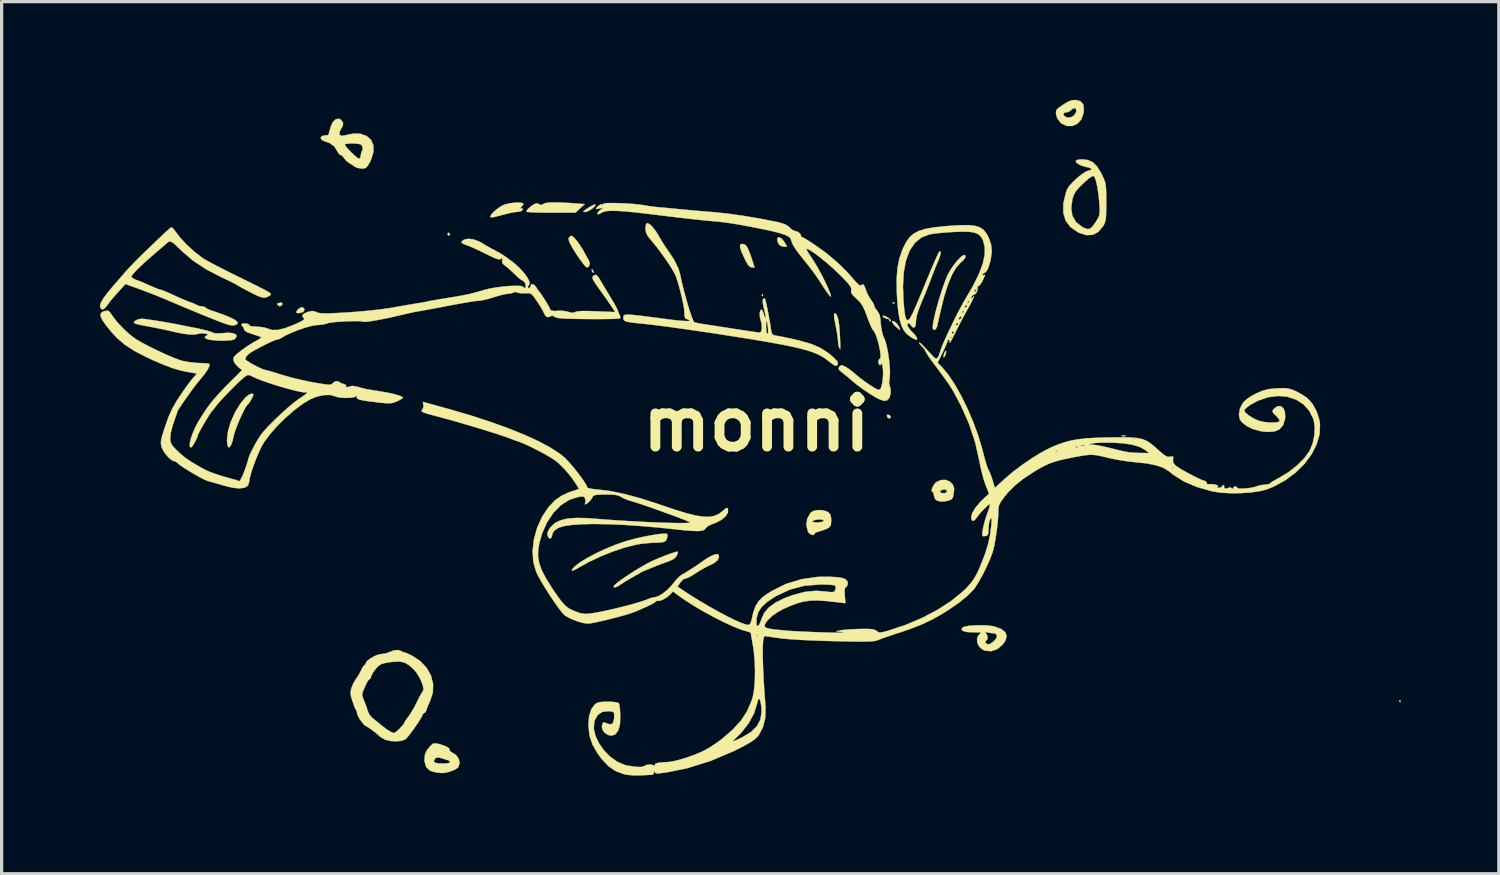
<source format=kicad_pcb>
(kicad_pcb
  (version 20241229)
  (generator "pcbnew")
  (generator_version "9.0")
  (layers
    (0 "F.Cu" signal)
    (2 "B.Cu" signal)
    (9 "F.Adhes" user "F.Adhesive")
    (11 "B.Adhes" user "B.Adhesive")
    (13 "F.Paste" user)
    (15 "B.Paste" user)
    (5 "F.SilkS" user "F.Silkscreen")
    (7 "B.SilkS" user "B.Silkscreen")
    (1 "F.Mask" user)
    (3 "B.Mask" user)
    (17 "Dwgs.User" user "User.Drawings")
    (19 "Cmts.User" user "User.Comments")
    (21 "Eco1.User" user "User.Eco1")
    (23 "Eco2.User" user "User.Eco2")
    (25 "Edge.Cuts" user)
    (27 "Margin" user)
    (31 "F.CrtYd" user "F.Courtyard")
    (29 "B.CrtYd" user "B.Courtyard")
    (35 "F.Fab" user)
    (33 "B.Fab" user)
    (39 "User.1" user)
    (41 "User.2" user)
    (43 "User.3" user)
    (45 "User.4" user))
  (footprint "monni"
    (layer "F.Cu")
    (at 20.055 9.904)
    (property "Reference" "monni" (at 0 0 0) (layer "F.SilkS") (effects (font (size 1.524 1.524) (thickness 0.3))))
    (attr through_hole)
    (fp_poly (pts (xy 0.198 -3.965) (xy 0.203 -3.915) (xy 0.198 -3.909) (xy 0.172 -3.915) (xy 0.169 -3.937) (xy 0.185 -3.972) (xy 0.198 -3.965)) (stroke (width 0.01) (type solid)) (fill yes) (layer "F.SilkS"))
    (fp_poly (pts (xy 4.219 -3.711) (xy 4.213 -3.686) (xy 4.191 -3.683) (xy 4.156 -3.698) (xy 4.163 -3.711) (xy 4.213 -3.716) (xy 4.219 -3.711)) (stroke (width 0.01) (type solid)) (fill yes) (layer "F.SilkS"))
    (fp_poly (pts (xy 11.271 0.353) (xy 11.277 0.368) (xy 11.218 0.374) (xy 11.158 0.368) (xy 11.165 0.353) (xy 11.252 0.347) (xy 11.271 0.353)) (stroke (width 0.01) (type solid)) (fill yes) (layer "F.SilkS"))
    (fp_poly (pts (xy 19.671 8.438) (xy 19.676 8.489) (xy 19.671 8.495) (xy 19.646 8.489) (xy 19.643 8.467) (xy 19.658 8.432) (xy 19.671 8.438)) (stroke (width 0.01) (type solid)) (fill yes) (layer "F.SilkS"))
    (fp_poly (pts (xy -4.997 -4.711) (xy -4.981 -4.68) (xy -4.97 -4.62) (xy -4.998 -4.632) (xy -5.018 -4.659) (xy -5.031 -4.715) (xy -5.026 -4.725) (xy -4.997 -4.711)) (stroke (width 0.01) (type solid)) (fill yes) (layer "F.SilkS"))
    (fp_poly (pts (xy -9.357 -5.81) (xy -9.356 -5.8) (xy -9.388 -5.759) (xy -9.398 -5.757) (xy -9.439 -5.79) (xy -9.44 -5.8) (xy -9.408 -5.841) (xy -9.398 -5.842) (xy -9.357 -5.81)) (stroke (width 0.01) (type solid)) (fill yes) (layer "F.SilkS"))
    (fp_poly (pts (xy 4.094 -0.245) (xy 4.106 -0.209) (xy 4.08 -0.172) (xy 4.026 -0.185) (xy 3.999 -0.214) (xy 3.987 -0.271) (xy 3.993 -0.282) (xy 4.043 -0.285) (xy 4.094 -0.245)) (stroke (width 0.01) (type solid)) (fill yes) (layer "F.SilkS"))
    (fp_poly (pts (xy -14.488 -3.705) (xy -14.478 -3.666) (xy -14.509 -3.611) (xy -14.573 -3.602) (xy -14.626 -3.641) (xy -14.638 -3.68) (xy -14.632 -3.683) (xy -14.58 -3.696) (xy -14.545 -3.709) (xy -14.488 -3.705)) (stroke (width 0.01) (type solid)) (fill yes) (layer "F.SilkS"))
    (fp_poly (pts (xy 0.777 -5.661) (xy 0.859 -5.556) (xy 0.939 -5.419) (xy 0.831 -5.419) (xy 0.726 -5.451) (xy 0.679 -5.501) (xy 0.636 -5.62) (xy 0.648 -5.69) (xy 0.701 -5.706) (xy 0.777 -5.661)) (stroke (width 0.01) (type solid)) (fill yes) (layer "F.SilkS"))
    (fp_poly (pts (xy -13.86 -3.57) (xy -13.806 -3.517) (xy -13.818 -3.45) (xy -13.868 -3.412) (xy -13.964 -3.389) (xy -14.036 -3.394) (xy -14.055 -3.415) (xy -14.023 -3.481) (xy -13.952 -3.543) (xy -13.879 -3.572) (xy -13.86 -3.57)) (stroke (width 0.01) (type solid)) (fill yes) (layer "F.SilkS"))
    (fp_poly (pts (xy 5.798 -2.212) (xy 5.798 -2.201) (xy 5.776 -2.111) (xy 5.757 -2.074) (xy 5.724 -2.032) (xy 5.716 -2.064) (xy 5.716 -2.074) (xy 5.738 -2.165) (xy 5.757 -2.201) (xy 5.79 -2.243) (xy 5.798 -2.212)) (stroke (width 0.01) (type solid)) (fill yes) (layer "F.SilkS"))
    (fp_poly (pts (xy -4.925 -6.667) (xy -4.986 -6.605) (xy -5.073 -6.541) (xy -5.164 -6.493) (xy -5.225 -6.477) (xy -5.283 -6.485) (xy -5.287 -6.496) (xy -5.214 -6.555) (xy -5.113 -6.62) (xy -5.013 -6.676) (xy -4.938 -6.708) (xy -4.916 -6.708) (xy -4.925 -6.667)) (stroke (width 0.01) (type solid)) (fill yes) (layer "F.SilkS"))
    (fp_poly (pts (xy 4.229 -3.126) (xy 4.23 -3.125) (xy 4.287 -3.072) (xy 4.343 -2.997) (xy 4.383 -2.924) (xy 4.39 -2.882) (xy 4.383 -2.879) (xy 4.343 -2.904) (xy 4.269 -2.968) (xy 4.257 -2.979) (xy 4.18 -3.063) (xy 4.148 -3.126) (xy 4.164 -3.151) (xy 4.229 -3.126)) (stroke (width 0.01) (type solid)) (fill yes) (layer "F.SilkS"))
    (fp_poly (pts (xy 3.965 -3.282) (xy 3.979 -3.274) (xy 4.062 -3.221) (xy 4.108 -3.168) (xy 4.103 -3.136) (xy 4.085 -3.133) (xy 4.065 -3.165) (xy 4.064 -3.175) (xy 4.04 -3.211) (xy 4.032 -3.211) (xy 3.964 -3.221) (xy 3.89 -3.259) (xy 3.852 -3.301) (xy 3.852 -3.303) (xy 3.885 -3.31) (xy 3.965 -3.282)) (stroke (width 0.01) (type solid)) (fill yes) (layer "F.SilkS"))
    (fp_poly (pts (xy -0.359 -5.489) (xy -0.301 -5.437) (xy -0.244 -5.334) (xy -0.18 -5.167) (xy -0.152 -5.084) (xy -0.054 -4.784) (xy -0.143 -4.786) (xy -0.202 -4.808) (xy -0.265 -4.88) (xy -0.34 -5.014) (xy -0.37 -5.077) (xy -0.455 -5.267) (xy -0.497 -5.394) (xy -0.498 -5.469) (xy -0.458 -5.5) (xy -0.429 -5.503) (xy -0.359 -5.489)) (stroke (width 0.01) (type solid)) (fill yes) (layer "F.SilkS"))
    (fp_poly (pts (xy -5.578 -5.706) (xy -5.492 -5.608) (xy -5.393 -5.472) (xy -5.295 -5.316) (xy -5.235 -5.207) (xy -5.171 -5.091) (xy -5.123 -5.012) (xy -5.09 -4.913) (xy -5.106 -4.827) (xy -5.164 -4.785) (xy -5.176 -4.784) (xy -5.22 -4.817) (xy -5.298 -4.908) (xy -5.397 -5.043) (xy -5.497 -5.189) (xy -5.624 -5.393) (xy -5.703 -5.539) (xy -5.736 -5.636) (xy -5.734 -5.678) (xy -5.683 -5.742) (xy -5.638 -5.749) (xy -5.578 -5.706)) (stroke (width 0.01) (type solid)) (fill yes) (layer "F.SilkS"))
    (fp_poly (pts (xy 2.451 -3.345) (xy 2.495 -3.222) (xy 2.529 -3.019) (xy 2.551 -2.738) (xy 2.553 -2.699) (xy 2.56 -2.524) (xy 2.564 -2.385) (xy 2.563 -2.302) (xy 2.561 -2.286) (xy 2.538 -2.319) (xy 2.523 -2.353) (xy 2.503 -2.446) (xy 2.497 -2.533) (xy 2.488 -2.625) (xy 2.466 -2.774) (xy 2.434 -2.951) (xy 2.421 -3.016) (xy 2.385 -3.202) (xy 2.372 -3.318) (xy 2.379 -3.376) (xy 2.397 -3.387) (xy 2.451 -3.345)) (stroke (width 0.01) (type solid)) (fill yes) (layer "F.SilkS"))
    (fp_poly (pts (xy -5.719 -6.754) (xy -5.596 -6.745) (xy -5.245 -6.718) (xy -5.385 -6.589) (xy -5.524 -6.46) (xy -6.276 -6.458) (xy -6.518 -6.459) (xy -6.727 -6.464) (xy -6.891 -6.471) (xy -6.995 -6.481) (xy -7.027 -6.491) (xy -6.989 -6.56) (xy -6.877 -6.658) (xy -6.821 -6.698) (xy -6.731 -6.743) (xy -6.655 -6.726) (xy -6.642 -6.719) (xy -6.564 -6.691) (xy -6.512 -6.721) (xy -6.431 -6.753) (xy -6.27 -6.77) (xy -6.031 -6.77) (xy -5.719 -6.754)) (stroke (width 0.01) (type solid)) (fill yes) (layer "F.SilkS"))
    (fp_poly (pts (xy -15.374 -0.915) (xy -15.367 -0.888) (xy -15.389 -0.823) (xy -15.441 -0.728) (xy -15.502 -0.637) (xy -15.544 -0.592) (xy -15.59 -0.531) (xy -15.656 -0.412) (xy -15.732 -0.254) (xy -15.811 -0.079) (xy -15.881 0.094) (xy -15.934 0.243) (xy -15.959 0.335) (xy -16.004 0.526) (xy -16.053 0.653) (xy -16.099 0.712) (xy -16.138 0.7) (xy -16.164 0.612) (xy -16.171 0.476) (xy -16.14 0.218) (xy -16.055 -0.067) (xy -15.927 -0.355) (xy -15.766 -0.618) (xy -15.607 -0.81) (xy -15.507 -0.893) (xy -15.423 -0.93) (xy -15.374 -0.915)) (stroke (width 0.01) (type solid)) (fill yes) (layer "F.SilkS"))
    (fp_poly (pts (xy -7.151 -6.752) (xy -7.11 -6.723) (xy -7.135 -6.681) (xy -7.154 -6.668) (xy -7.195 -6.611) (xy -7.197 -6.599) (xy -7.171 -6.576) (xy -7.155 -6.583) (xy -7.13 -6.576) (xy -7.137 -6.546) (xy -7.193 -6.499) (xy -7.274 -6.486) (xy -7.374 -6.476) (xy -7.52 -6.449) (xy -7.662 -6.414) (xy -7.864 -6.361) (xy -7.998 -6.328) (xy -8.078 -6.314) (xy -8.117 -6.316) (xy -8.128 -6.333) (xy -8.128 -6.337) (xy -8.095 -6.406) (xy -8.009 -6.497) (xy -7.894 -6.591) (xy -7.772 -6.669) (xy -7.681 -6.709) (xy -7.522 -6.745) (xy -7.371 -6.764) (xy -7.243 -6.766) (xy -7.151 -6.752)) (stroke (width 0.01) (type solid)) (fill yes) (layer "F.SilkS"))
    (fp_poly (pts (xy -2.397 3.927) (xy -2.426 4.005) (xy -2.431 4.016) (xy -2.473 4.077) (xy -2.54 4.129) (xy -2.648 4.181) (xy -2.814 4.242) (xy -2.908 4.273) (xy -3.475 4.502) (xy -3.998 4.802) (xy -4.074 4.855) (xy -4.224 4.952) (xy -4.318 4.992) (xy -4.358 4.977) (xy -4.36 4.961) (xy -4.326 4.914) (xy -4.232 4.834) (xy -4.092 4.731) (xy -3.92 4.614) (xy -3.73 4.492) (xy -3.536 4.374) (xy -3.353 4.27) (xy -3.194 4.189) (xy -3.175 4.18) (xy -3.001 4.105) (xy -2.818 4.031) (xy -2.646 3.966) (xy -2.505 3.919) (xy -2.417 3.896) (xy -2.405 3.895) (xy -2.397 3.927)) (stroke (width 0.01) (type solid)) (fill yes) (layer "F.SilkS"))
    (fp_poly (pts (xy 6.393 -5.14) (xy 6.378 -5.078) (xy 6.314 -4.996) (xy 6.245 -4.935) (xy 6.108 -4.788) (xy 5.976 -4.561) (xy 5.85 -4.259) (xy 5.734 -3.887) (xy 5.672 -3.641) (xy 5.621 -3.424) (xy 5.576 -3.23) (xy 5.542 -3.078) (xy 5.522 -2.986) (xy 5.519 -2.974) (xy 5.481 -2.899) (xy 5.436 -2.879) (xy 5.398 -2.893) (xy 5.387 -2.95) (xy 5.398 -3.068) (xy 5.4 -3.08) (xy 5.437 -3.268) (xy 5.496 -3.509) (xy 5.572 -3.778) (xy 5.656 -4.05) (xy 5.741 -4.298) (xy 5.819 -4.5) (xy 5.847 -4.561) (xy 5.932 -4.714) (xy 6.037 -4.867) (xy 6.149 -5.005) (xy 6.252 -5.109) (xy 6.332 -5.161) (xy 6.35 -5.165) (xy 6.393 -5.14)) (stroke (width 0.01) (type solid)) (fill yes) (layer "F.SilkS"))
    (fp_poly (pts (xy -2.724 3.358) (xy -2.714 3.416) (xy -2.733 3.5) (xy -2.758 3.557) (xy -2.798 3.592) (xy -2.871 3.61) (xy -2.998 3.62) (xy -3.099 3.623) (xy -3.301 3.636) (xy -3.51 3.658) (xy -3.671 3.683) (xy -4.008 3.768) (xy -4.382 3.893) (xy -4.762 4.045) (xy -5.118 4.213) (xy -5.383 4.36) (xy -5.53 4.444) (xy -5.618 4.479) (xy -5.643 4.467) (xy -5.602 4.407) (xy -5.516 4.323) (xy -5.364 4.209) (xy -5.15 4.08) (xy -4.892 3.945) (xy -4.608 3.813) (xy -4.318 3.693) (xy -4.04 3.594) (xy -3.937 3.563) (xy -3.717 3.504) (xy -3.485 3.45) (xy -3.259 3.405) (xy -3.053 3.371) (xy -2.884 3.351) (xy -2.769 3.347) (xy -2.724 3.358)) (stroke (width 0.01) (type solid)) (fill yes) (layer "F.SilkS"))
    (fp_poly (pts (xy 5.903 1.752) (xy 5.999 1.843) (xy 6.042 1.967) (xy 6.037 2.04) (xy 6.019 2.148) (xy 6.011 2.221) (xy 5.974 2.288) (xy 5.88 2.336) (xy 5.755 2.362) (xy 5.625 2.364) (xy 5.517 2.337) (xy 5.462 2.289) (xy 5.426 2.192) (xy 5.419 2.141) (xy 5.4 2.082) (xy 5.389 2.077) (xy 5.611 2.077) (xy 5.673 2.111) (xy 5.76 2.111) (xy 5.819 2.077) (xy 5.814 2.023) (xy 5.8 2.011) (xy 5.734 1.999) (xy 5.66 2.017) (xy 5.611 2.052) (xy 5.611 2.077) (xy 5.389 2.077) (xy 5.382 2.074) (xy 5.354 2.044) (xy 5.366 1.971) (xy 5.408 1.88) (xy 5.47 1.798) (xy 5.493 1.777) (xy 5.631 1.71) (xy 5.774 1.705) (xy 5.903 1.752)) (stroke (width 0.01) (type solid)) (fill yes) (layer "F.SilkS"))
    (fp_poly (pts (xy 9.766 -9.898) (xy 9.905 -9.859) (xy 9.985 -9.766) (xy 10.007 -9.615) (xy 9.991 -9.484) (xy 9.923 -9.302) (xy 9.806 -9.174) (xy 9.656 -9.106) (xy 9.49 -9.105) (xy 9.326 -9.179) (xy 9.301 -9.197) (xy 9.194 -9.335) (xy 9.159 -9.446) (xy 9.159 -9.451) (xy 9.38 -9.451) (xy 9.404 -9.412) (xy 9.495 -9.361) (xy 9.61 -9.372) (xy 9.702 -9.426) (xy 9.76 -9.506) (xy 9.777 -9.589) (xy 9.751 -9.644) (xy 9.721 -9.652) (xy 9.646 -9.622) (xy 9.61 -9.588) (xy 9.53 -9.534) (xy 9.485 -9.525) (xy 9.397 -9.505) (xy 9.38 -9.451) (xy 9.159 -9.451) (xy 9.15 -9.53) (xy 9.165 -9.591) (xy 9.219 -9.649) (xy 9.326 -9.726) (xy 9.37 -9.755) (xy 9.52 -9.846) (xy 9.636 -9.891) (xy 9.746 -9.899) (xy 9.766 -9.898)) (stroke (width 0.01) (type solid)) (fill yes) (layer "F.SilkS"))
    (fp_poly (pts (xy 2.064 2.64) (xy 2.187 2.687) (xy 2.192 2.691) (xy 2.256 2.758) (xy 2.283 2.862) (xy 2.286 2.943) (xy 2.278 3.067) (xy 2.245 3.138) (xy 2.171 3.189) (xy 2.17 3.19) (xy 2.039 3.243) (xy 1.916 3.279) (xy 1.822 3.31) (xy 1.778 3.344) (xy 1.778 3.348) (xy 1.751 3.388) (xy 1.688 3.382) (xy 1.618 3.339) (xy 1.573 3.279) (xy 1.528 3.087) (xy 1.544 2.967) (xy 1.717 2.967) (xy 1.726 2.992) (xy 1.808 3.005) (xy 1.852 3.006) (xy 1.967 2.996) (xy 2.043 2.973) (xy 2.053 2.963) (xy 2.042 2.93) (xy 1.976 2.914) (xy 1.881 2.915) (xy 1.786 2.932) (xy 1.718 2.966) (xy 1.717 2.967) (xy 1.544 2.967) (xy 1.553 2.892) (xy 1.646 2.723) (xy 1.672 2.695) (xy 1.771 2.644) (xy 1.914 2.626) (xy 2.064 2.64)) (stroke (width 0.01) (type solid)) (fill yes) (layer "F.SilkS"))
    (fp_poly (pts (xy -9.68 9.776) (xy -9.558 9.816) (xy -9.451 9.863) (xy -9.384 9.91) (xy -9.375 9.937) (xy -9.357 9.994) (xy -9.296 10.032) (xy -9.171 10.112) (xy -9.092 10.227) (xy -9.065 10.354) (xy -9.1 10.47) (xy -9.133 10.509) (xy -9.229 10.565) (xy -9.369 10.618) (xy -9.512 10.654) (xy -9.61 10.661) (xy -9.697 10.651) (xy -9.8 10.638) (xy -9.975 10.585) (xy -10.085 10.479) (xy -10.134 10.314) (xy -10.136 10.289) (xy -9.851 10.289) (xy -9.845 10.325) (xy -9.792 10.351) (xy -9.69 10.366) (xy -9.568 10.371) (xy -9.453 10.364) (xy -9.374 10.347) (xy -9.356 10.328) (xy -9.389 10.279) (xy -9.409 10.271) (xy -9.482 10.249) (xy -9.593 10.214) (xy -9.608 10.209) (xy -9.718 10.182) (xy -9.786 10.196) (xy -9.814 10.22) (xy -9.851 10.289) (xy -10.136 10.289) (xy -10.137 10.268) (xy -10.127 10.109) (xy -10.076 9.984) (xy -10.035 9.926) (xy -9.954 9.83) (xy -9.884 9.768) (xy -9.869 9.759) (xy -9.792 9.755) (xy -9.68 9.776)) (stroke (width 0.01) (type solid)) (fill yes) (layer "F.SilkS"))
    (fp_poly (pts (xy 7.066 6.153) (xy 7.227 6.174) (xy 7.263 6.181) (xy 7.47 6.254) (xy 7.598 6.351) (xy 7.646 6.47) (xy 7.613 6.609) (xy 7.526 6.735) (xy 7.357 6.876) (xy 7.174 6.939) (xy 6.985 6.921) (xy 6.916 6.893) (xy 6.812 6.807) (xy 6.751 6.687) (xy 6.748 6.65) (xy 6.992 6.65) (xy 7.018 6.7) (xy 7.078 6.73) (xy 7.091 6.731) (xy 7.159 6.704) (xy 7.25 6.638) (xy 7.263 6.626) (xy 7.336 6.53) (xy 7.347 6.448) (xy 7.296 6.399) (xy 7.251 6.392) (xy 7.15 6.381) (xy 7.07 6.365) (xy 7 6.353) (xy 6.999 6.375) (xy 7.017 6.395) (xy 7.062 6.48) (xy 7.062 6.565) (xy 7.02 6.614) (xy 6.992 6.65) (xy 6.748 6.65) (xy 6.74 6.56) (xy 6.784 6.452) (xy 6.818 6.421) (xy 6.857 6.388) (xy 6.85 6.37) (xy 6.784 6.362) (xy 6.647 6.361) (xy 6.626 6.362) (xy 6.437 6.353) (xy 6.316 6.323) (xy 6.269 6.276) (xy 6.298 6.216) (xy 6.372 6.184) (xy 6.508 6.161) (xy 6.684 6.148) (xy 6.877 6.145) (xy 7.066 6.153)) (stroke (width 0.01) (type solid)) (fill yes) (layer "F.SilkS"))
    (fp_poly (pts (xy -18.692 -3.21) (xy -18.538 -3.189) (xy -18.342 -3.16) (xy -18.124 -3.124) (xy -17.904 -3.086) (xy -17.703 -3.048) (xy -17.611 -3.029) (xy -17.524 -3.011) (xy -17.379 -2.982) (xy -17.198 -2.947) (xy -17.091 -2.926) (xy -16.909 -2.886) (xy -16.755 -2.847) (xy -16.65 -2.813) (xy -16.62 -2.797) (xy -16.533 -2.771) (xy -16.377 -2.772) (xy -16.328 -2.777) (xy -16.124 -2.789) (xy -15.975 -2.772) (xy -15.89 -2.729) (xy -15.875 -2.689) (xy -15.909 -2.622) (xy -15.957 -2.584) (xy -16.047 -2.561) (xy -16.194 -2.549) (xy -16.372 -2.547) (xy -16.554 -2.557) (xy -16.713 -2.577) (xy -16.818 -2.612) (xy -16.851 -2.656) (xy -16.806 -2.7) (xy -16.78 -2.711) (xy -16.747 -2.733) (xy -16.79 -2.753) (xy -16.844 -2.765) (xy -16.961 -2.774) (xy -17.052 -2.757) (xy -17.053 -2.756) (xy -17.154 -2.734) (xy -17.316 -2.737) (xy -17.519 -2.761) (xy -17.742 -2.806) (xy -17.793 -2.819) (xy -17.937 -2.853) (xy -18.137 -2.896) (xy -18.363 -2.942) (xy -18.552 -2.978) (xy -18.764 -3.018) (xy -18.904 -3.048) (xy -18.984 -3.073) (xy -19.016 -3.096) (xy -19.01 -3.122) (xy -18.989 -3.145) (xy -18.896 -3.197) (xy -18.782 -3.217) (xy -18.692 -3.21)) (stroke (width 0.01) (type solid)) (fill yes) (layer "F.SilkS"))
    (fp_poly (pts (xy -12.68 -9.288) (xy -12.621 -9.194) (xy -12.639 -9.095) (xy -12.677 -9.036) (xy -12.731 -8.932) (xy -12.734 -8.849) (xy -12.685 -8.807) (xy -12.668 -8.806) (xy -12.58 -8.817) (xy -12.457 -8.844) (xy -12.432 -8.851) (xy -12.275 -8.874) (xy -12.113 -8.87) (xy -12.101 -8.868) (xy -11.904 -8.8) (xy -11.769 -8.681) (xy -11.699 -8.516) (xy -11.697 -8.314) (xy -11.767 -8.084) (xy -11.789 -8.034) (xy -11.866 -7.895) (xy -11.937 -7.822) (xy -12.028 -7.802) (xy -12.162 -7.821) (xy -12.171 -7.823) (xy -12.25 -7.85) (xy -12.277 -7.868) (xy -12.325 -7.905) (xy -12.415 -7.96) (xy -12.425 -7.965) (xy -12.526 -8.039) (xy -12.593 -8.122) (xy -12.594 -8.124) (xy -12.647 -8.194) (xy -12.69 -8.213) (xy -12.746 -8.247) (xy -12.784 -8.308) (xy -12.891 -8.478) (xy -12.974 -8.54) (xy -12.573 -8.54) (xy -12.545 -8.488) (xy -12.473 -8.402) (xy -12.377 -8.302) (xy -12.275 -8.206) (xy -12.188 -8.133) (xy -12.133 -8.102) (xy -12.129 -8.102) (xy -12.094 -8.149) (xy -12.085 -8.204) (xy -12.071 -8.29) (xy -12.053 -8.323) (xy -12.024 -8.402) (xy -12.04 -8.494) (xy -12.076 -8.537) (xy -12.145 -8.558) (xy -12.257 -8.57) (xy -12.382 -8.573) (xy -12.494 -8.566) (xy -12.563 -8.551) (xy -12.573 -8.54) (xy -12.974 -8.54) (xy -13.038 -8.587) (xy -13.112 -8.612) (xy -13.236 -8.655) (xy -13.302 -8.711) (xy -13.301 -8.767) (xy -13.264 -8.797) (xy -13.176 -8.821) (xy -13.134 -8.817) (xy -13.077 -8.832) (xy -13.065 -8.855) (xy -13.044 -8.929) (xy -13.012 -9.046) (xy -13.002 -9.084) (xy -12.94 -9.222) (xy -12.854 -9.307) (xy -12.759 -9.329) (xy -12.68 -9.288)) (stroke (width 0.01) (type solid)) (fill yes) (layer "F.SilkS"))
    (fp_poly (pts (xy 10.133 -8.065) (xy 10.28 -7.996) (xy 10.408 -7.868) (xy 10.53 -7.671) (xy 10.57 -7.591) (xy 10.619 -7.486) (xy 10.652 -7.393) (xy 10.672 -7.293) (xy 10.684 -7.165) (xy 10.688 -6.991) (xy 10.689 -6.773) (xy 10.688 -6.539) (xy 10.683 -6.371) (xy 10.672 -6.253) (xy 10.652 -6.168) (xy 10.622 -6.097) (xy 10.59 -6.042) (xy 10.446 -5.871) (xy 10.278 -5.781) (xy 10.083 -5.771) (xy 9.861 -5.841) (xy 9.813 -5.865) (xy 9.594 -6.019) (xy 9.448 -6.215) (xy 9.376 -6.454) (xy 9.376 -6.589) (xy 9.618 -6.589) (xy 9.655 -6.359) (xy 9.764 -6.172) (xy 9.947 -6.026) (xy 10.003 -5.997) (xy 10.105 -5.958) (xy 10.185 -5.964) (xy 10.26 -6.024) (xy 10.351 -6.148) (xy 10.372 -6.181) (xy 10.436 -6.285) (xy 10.473 -6.37) (xy 10.488 -6.463) (xy 10.487 -6.591) (xy 10.478 -6.738) (xy 10.453 -7) (xy 10.419 -7.23) (xy 10.38 -7.414) (xy 10.338 -7.536) (xy 10.31 -7.576) (xy 10.256 -7.571) (xy 10.154 -7.502) (xy 10.003 -7.369) (xy 9.985 -7.352) (xy 9.843 -7.211) (xy 9.752 -7.101) (xy 9.696 -6.999) (xy 9.658 -6.882) (xy 9.653 -6.863) (xy 9.618 -6.589) (xy 9.376 -6.589) (xy 9.377 -6.733) (xy 9.452 -7.054) (xy 9.489 -7.161) (xy 9.551 -7.261) (xy 9.66 -7.385) (xy 9.796 -7.514) (xy 9.936 -7.628) (xy 10.059 -7.708) (xy 10.124 -7.734) (xy 10.221 -7.764) (xy 10.235 -7.799) (xy 10.167 -7.833) (xy 10.086 -7.851) (xy 9.947 -7.889) (xy 9.833 -7.943) (xy 9.765 -8.001) (xy 9.759 -8.045) (xy 9.814 -8.071) (xy 9.919 -8.085) (xy 9.954 -8.086) (xy 10.133 -8.065)) (stroke (width 0.01) (type solid)) (fill yes) (layer "F.SilkS"))
    (fp_poly (pts (xy -10.866 6.928) (xy -10.864 6.93) (xy -10.799 6.963) (xy -10.775 6.968) (xy -10.703 6.991) (xy -10.59 7.04) (xy -10.526 7.071) (xy -10.269 7.238) (xy -10.072 7.448) (xy -9.938 7.687) (xy -9.874 7.944) (xy -9.883 8.208) (xy -9.97 8.467) (xy -10.029 8.594) (xy -10.067 8.696) (xy -10.075 8.736) (xy -10.11 8.803) (xy -10.139 8.821) (xy -10.195 8.865) (xy -10.202 8.887) (xy -10.226 8.947) (xy -10.29 9.054) (xy -10.379 9.19) (xy -10.48 9.334) (xy -10.581 9.469) (xy -10.667 9.575) (xy -10.725 9.632) (xy -10.841 9.676) (xy -11.002 9.692) (xy -11.176 9.681) (xy -11.328 9.645) (xy -11.366 9.628) (xy -11.458 9.575) (xy -11.512 9.535) (xy -11.514 9.533) (xy -11.565 9.484) (xy -11.656 9.41) (xy -11.761 9.331) (xy -11.857 9.265) (xy -11.918 9.229) (xy -11.925 9.227) (xy -11.975 9.193) (xy -12.046 9.11) (xy -12.119 9.007) (xy -12.174 8.909) (xy -12.192 8.849) (xy -12.212 8.764) (xy -12.227 8.74) (xy -12.258 8.68) (xy -12.303 8.567) (xy -12.34 8.459) (xy -12.384 8.313) (xy -12.386 8.291) (xy -12.04 8.291) (xy -11.993 8.431) (xy -11.987 8.445) (xy -11.927 8.587) (xy -11.883 8.725) (xy -11.876 8.752) (xy -11.821 8.877) (xy -11.734 8.975) (xy -11.631 9.056) (xy -11.505 9.158) (xy -11.457 9.198) (xy -11.285 9.332) (xy -11.149 9.414) (xy -11.07 9.438) (xy -11.018 9.411) (xy -10.934 9.34) (xy -10.89 9.298) (xy -10.809 9.207) (xy -10.759 9.141) (xy -10.753 9.124) (xy -10.728 9.075) (xy -10.667 8.986) (xy -10.625 8.932) (xy -10.542 8.809) (xy -10.447 8.645) (xy -10.364 8.481) (xy -10.294 8.338) (xy -10.232 8.226) (xy -10.191 8.166) (xy -10.188 8.164) (xy -10.168 8.103) (xy -10.187 7.994) (xy -10.236 7.856) (xy -10.309 7.709) (xy -10.395 7.576) (xy -10.46 7.5) (xy -10.612 7.363) (xy -10.751 7.284) (xy -10.906 7.253) (xy -11.102 7.263) (xy -11.187 7.274) (xy -11.352 7.302) (xy -11.461 7.335) (xy -11.541 7.386) (xy -11.62 7.468) (xy -11.63 7.48) (xy -11.711 7.589) (xy -11.76 7.682) (xy -11.768 7.715) (xy -11.789 7.778) (xy -11.812 7.789) (xy -11.854 7.825) (xy -11.907 7.913) (xy -11.923 7.948) (xy -11.978 8.073) (xy -12.023 8.177) (xy -12.03 8.191) (xy -12.04 8.291) (xy -12.386 8.291) (xy -12.397 8.209) (xy -12.382 8.111) (xy -12.362 8.044) (xy -12.307 7.912) (xy -12.242 7.801) (xy -12.227 7.781) (xy -12.16 7.684) (xy -12.091 7.556) (xy -12.078 7.529) (xy -12.027 7.429) (xy -11.983 7.371) (xy -11.972 7.366) (xy -11.939 7.332) (xy -11.936 7.313) (xy -11.899 7.247) (xy -11.806 7.171) (xy -11.684 7.098) (xy -11.558 7.045) (xy -11.461 7.027) (xy -11.32 7.006) (xy -11.203 6.964) (xy -11.07 6.914) (xy -10.948 6.902) (xy -10.866 6.928)) (stroke (width 0.01) (type solid)) (fill yes) (layer "F.SilkS"))
    (fp_poly (pts (xy -17.821 -5.98) (xy -17.761 -5.903) (xy -17.761 -5.903) (xy -17.601 -5.693) (xy -17.391 -5.47) (xy -17.159 -5.258) (xy -16.931 -5.082) (xy -16.881 -5.049) (xy -16.771 -4.985) (xy -16.603 -4.894) (xy -16.393 -4.785) (xy -16.159 -4.666) (xy -15.963 -4.568) (xy -15.637 -4.409) (xy -15.38 -4.282) (xy -15.183 -4.183) (xy -15.039 -4.11) (xy -14.939 -4.056) (xy -14.876 -4.018) (xy -14.842 -3.992) (xy -14.83 -3.973) (xy -14.831 -3.958) (xy -14.831 -3.958) (xy -14.877 -3.915) (xy -14.962 -3.874) (xy -15.028 -3.86) (xy -15.103 -3.868) (xy -15.206 -3.905) (xy -15.356 -3.975) (xy -15.446 -4.021) (xy -15.611 -4.107) (xy -15.752 -4.183) (xy -15.848 -4.238) (xy -15.875 -4.255) (xy -15.939 -4.291) (xy -16.06 -4.353) (xy -16.22 -4.43) (xy -16.341 -4.486) (xy -16.808 -4.727) (xy -17.206 -4.99) (xy -17.55 -5.285) (xy -17.586 -5.32) (xy -17.727 -5.459) (xy -17.826 -5.542) (xy -17.895 -5.578) (xy -17.949 -5.573) (xy -18 -5.535) (xy -18.056 -5.485) (xy -18.159 -5.396) (xy -18.29 -5.284) (xy -18.352 -5.231) (xy -18.581 -5.033) (xy -18.777 -4.855) (xy -18.932 -4.704) (xy -19.039 -4.588) (xy -19.089 -4.515) (xy -19.092 -4.503) (xy -19.056 -4.458) (xy -18.965 -4.411) (xy -18.934 -4.4) (xy -18.809 -4.354) (xy -18.648 -4.286) (xy -18.517 -4.227) (xy -18.378 -4.166) (xy -18.266 -4.122) (xy -18.207 -4.106) (xy -18.148 -4.089) (xy -18.033 -4.043) (xy -17.883 -3.977) (xy -17.809 -3.942) (xy -17.63 -3.86) (xy -17.458 -3.786) (xy -17.323 -3.732) (xy -17.293 -3.722) (xy -17.178 -3.679) (xy -17.096 -3.641) (xy -17.084 -3.632) (xy -17.012 -3.605) (xy -16.949 -3.598) (xy -16.863 -3.583) (xy -16.829 -3.559) (xy -16.776 -3.522) (xy -16.676 -3.478) (xy -16.647 -3.468) (xy -16.325 -3.358) (xy -16.085 -3.262) (xy -15.926 -3.181) (xy -15.849 -3.114) (xy -15.85 -3.061) (xy -15.9 -3.031) (xy -15.955 -3.015) (xy -16.018 -3.013) (xy -16.101 -3.027) (xy -16.218 -3.062) (xy -16.38 -3.122) (xy -16.602 -3.209) (xy -16.722 -3.257) (xy -16.99 -3.366) (xy -17.283 -3.487) (xy -17.569 -3.607) (xy -17.813 -3.711) (xy -17.843 -3.724) (xy -18.093 -3.83) (xy -18.37 -3.942) (xy -18.637 -4.046) (xy -18.812 -4.111) (xy -19.273 -4.277) (xy -19.511 -4.016) (xy -19.626 -3.887) (xy -19.721 -3.775) (xy -19.779 -3.699) (xy -19.787 -3.687) (xy -19.848 -3.603) (xy -19.899 -3.547) (xy -19.961 -3.5) (xy -20.006 -3.515) (xy -20.026 -3.538) (xy -20.05 -3.604) (xy -20.027 -3.699) (xy -19.955 -3.829) (xy -19.829 -4) (xy -19.646 -4.22) (xy -19.579 -4.297) (xy -19.492 -4.396) (xy -19.377 -4.529) (xy -19.269 -4.654) (xy -19.153 -4.781) (xy -18.999 -4.943) (xy -18.829 -5.114) (xy -18.715 -5.225) (xy -18.544 -5.389) (xy -18.367 -5.559) (xy -18.209 -5.71) (xy -18.127 -5.789) (xy -18.012 -5.896) (xy -17.92 -5.974) (xy -17.868 -6.01) (xy -17.864 -6.011) (xy -17.821 -5.98)) (stroke (width 0.01) (type solid)) (fill yes) (layer "F.SilkS"))
    (fp_poly (pts (xy -3.255 -6.103) (xy -3.161 -6.01) (xy -3.06 -5.876) (xy -2.965 -5.718) (xy -2.956 -5.7) (xy -2.879 -5.568) (xy -2.777 -5.411) (xy -2.708 -5.314) (xy -2.511 -5.018) (xy -2.378 -4.745) (xy -2.324 -4.555) (xy -2.284 -4.362) (xy -2.231 -4.14) (xy -2.169 -3.905) (xy -2.103 -3.674) (xy -2.038 -3.462) (xy -1.978 -3.287) (xy -1.929 -3.164) (xy -1.899 -3.113) (xy -1.85 -3.097) (xy -1.741 -3.074) (xy -1.606 -3.052) (xy -1.468 -3.031) (xy -1.269 -3) (xy -1.03 -2.963) (xy -0.773 -2.923) (xy -0.641 -2.903) (xy -0.406 -2.866) (xy -0.197 -2.835) (xy -0.031 -2.811) (xy 0.077 -2.797) (xy 0.11 -2.794) (xy 0.151 -2.831) (xy 0.169 -2.924) (xy 0.166 -2.97) (xy 0.296 -2.97) (xy 0.304 -2.847) (xy 0.322 -2.768) (xy 0.338 -2.752) (xy 0.359 -2.79) (xy 0.359 -2.894) (xy 0.353 -2.953) (xy 0.331 -3.099) (xy 0.314 -3.16) (xy 0.302 -3.138) (xy 0.297 -3.032) (xy 0.296 -2.97) (xy 0.166 -2.97) (xy 0.163 -3.05) (xy 0.132 -3.182) (xy 0.125 -3.202) (xy 0.103 -3.303) (xy 0.104 -3.404) (xy 0.125 -3.477) (xy 0.161 -3.497) (xy 0.167 -3.494) (xy 0.202 -3.439) (xy 0.234 -3.341) (xy 0.234 -3.341) (xy 0.259 -3.258) (xy 0.281 -3.231) (xy 0.283 -3.232) (xy 0.283 -3.28) (xy 0.266 -3.386) (xy 0.235 -3.517) (xy 0.198 -3.696) (xy 0.198 -3.802) (xy 0.209 -3.825) (xy 0.254 -3.836) (xy 0.271 -3.806) (xy 0.294 -3.719) (xy 0.326 -3.573) (xy 0.362 -3.394) (xy 0.397 -3.206) (xy 0.426 -3.034) (xy 0.444 -2.916) (xy 0.464 -2.796) (xy 0.497 -2.735) (xy 0.568 -2.706) (xy 0.647 -2.693) (xy 0.762 -2.672) (xy 0.933 -2.637) (xy 1.136 -2.592) (xy 1.306 -2.553) (xy 1.664 -2.452) (xy 1.959 -2.324) (xy 2.213 -2.16) (xy 2.381 -2.014) (xy 2.465 -1.926) (xy 2.493 -1.867) (xy 2.475 -1.809) (xy 2.464 -1.79) (xy 2.422 -1.779) (xy 2.337 -1.823) (xy 2.203 -1.926) (xy 2.2 -1.929) (xy 2.093 -2.009) (xy 1.974 -2.082) (xy 1.836 -2.149) (xy 1.672 -2.212) (xy 1.473 -2.273) (xy 1.233 -2.334) (xy 0.945 -2.396) (xy 0.6 -2.462) (xy 0.192 -2.534) (xy -0.286 -2.613) (xy -0.723 -2.682) (xy -1.261 -2.766) (xy -1.774 -2.842) (xy -2.252 -2.911) (xy -2.684 -2.971) (xy -3.059 -3.019) (xy -3.367 -3.055) (xy -3.493 -3.068) (xy -3.722 -3.092) (xy -3.88 -3.112) (xy -3.981 -3.134) (xy -4.036 -3.16) (xy -4.059 -3.196) (xy -4.064 -3.242) (xy -4.063 -3.279) (xy -4.056 -3.308) (xy -4.034 -3.329) (xy -3.989 -3.34) (xy -3.913 -3.343) (xy -3.796 -3.336) (xy -3.632 -3.319) (xy -3.411 -3.293) (xy -3.125 -3.256) (xy -2.766 -3.209) (xy -2.638 -3.192) (xy -2.412 -3.165) (xy -2.23 -3.15) (xy -2.103 -3.146) (xy -2.036 -3.153) (xy -2.038 -3.172) (xy -2.107 -3.198) (xy -2.172 -3.234) (xy -2.195 -3.307) (xy -2.195 -3.381) (xy -2.203 -3.493) (xy -2.232 -3.662) (xy -2.276 -3.867) (xy -2.329 -4.086) (xy -2.387 -4.294) (xy -2.443 -4.471) (xy -2.472 -4.548) (xy -2.538 -4.674) (xy -2.643 -4.845) (xy -2.776 -5.043) (xy -2.923 -5.248) (xy -3.07 -5.441) (xy -3.203 -5.602) (xy -3.204 -5.603) (xy -3.311 -5.734) (xy -3.367 -5.837) (xy -3.386 -5.941) (xy -3.387 -5.974) (xy -3.374 -6.093) (xy -3.335 -6.138) (xy -3.327 -6.138) (xy -3.255 -6.103)) (stroke (width 0.01) (type solid)) (fill yes) (layer "F.SilkS"))
    (fp_poly (pts (xy -4.225 -6.749) (xy -4.028 -6.742) (xy -3.831 -6.73) (xy -3.652 -6.714) (xy -3.506 -6.696) (xy -3.474 -6.69) (xy -3.3 -6.661) (xy -3.096 -6.635) (xy -2.966 -6.622) (xy -2.788 -6.607) (xy -2.567 -6.586) (xy -2.347 -6.564) (xy -2.307 -6.56) (xy -2.114 -6.542) (xy -1.868 -6.52) (xy -1.6 -6.497) (xy -1.341 -6.476) (xy -1.333 -6.476) (xy -0.892 -6.431) (xy -0.392 -6.361) (xy 0.142 -6.27) (xy 0.664 -6.167) (xy 0.868 -6.107) (xy 0.992 -6.029) (xy 1.003 -6.017) (xy 1.081 -5.943) (xy 1.143 -5.91) (xy 1.277 -5.866) (xy 1.348 -5.803) (xy 1.355 -5.774) (xy 1.374 -5.721) (xy 1.389 -5.715) (xy 1.436 -5.693) (xy 1.537 -5.634) (xy 1.675 -5.547) (xy 1.78 -5.479) (xy 2.14 -5.22) (xy 2.483 -4.93) (xy 2.786 -4.632) (xy 2.946 -4.449) (xy 3.066 -4.312) (xy 3.151 -4.24) (xy 3.193 -4.235) (xy 3.244 -4.27) (xy 3.284 -4.249) (xy 3.324 -4.161) (xy 3.346 -4.096) (xy 3.406 -3.951) (xy 3.483 -3.82) (xy 3.501 -3.796) (xy 3.566 -3.701) (xy 3.598 -3.624) (xy 3.598 -3.616) (xy 3.626 -3.545) (xy 3.69 -3.465) (xy 3.768 -3.329) (xy 3.789 -3.2) (xy 3.804 -3.034) (xy 3.829 -2.868) (xy 3.86 -2.73) (xy 3.892 -2.647) (xy 3.893 -2.646) (xy 3.939 -2.54) (xy 3.984 -2.373) (xy 4.024 -2.166) (xy 4.056 -1.942) (xy 4.076 -1.724) (xy 4.082 -1.535) (xy 4.07 -1.397) (xy 4.068 -1.391) (xy 4.054 -1.274) (xy 4.064 -1.188) (xy 4.069 -1.179) (xy 4.1 -1.073) (xy 4.1 -0.935) (xy 4.069 -0.814) (xy 4.065 -0.807) (xy 3.997 -0.726) (xy 3.901 -0.71) (xy 3.777 -0.748) (xy 3.638 -0.819) (xy 3.46 -0.928) (xy 3.265 -1.059) (xy 3.08 -1.196) (xy 2.941 -1.31) (xy 2.809 -1.423) (xy 2.674 -1.533) (xy 2.625 -1.571) (xy 2.536 -1.645) (xy 2.508 -1.696) (xy 2.53 -1.744) (xy 2.534 -1.75) (xy 2.581 -1.792) (xy 2.636 -1.79) (xy 2.718 -1.752) (xy 2.825 -1.685) (xy 2.954 -1.586) (xy 3.021 -1.528) (xy 3.148 -1.423) (xy 3.312 -1.3) (xy 3.47 -1.19) (xy 3.611 -1.101) (xy 3.699 -1.055) (xy 3.752 -1.046) (xy 3.787 -1.07) (xy 3.792 -1.076) (xy 3.829 -1.17) (xy 3.856 -1.317) (xy 3.871 -1.489) (xy 3.87 -1.656) (xy 3.854 -1.778) (xy 3.831 -1.854) (xy 3.816 -1.863) (xy 3.814 -1.85) (xy 3.793 -1.798) (xy 3.768 -1.799) (xy 3.733 -1.854) (xy 3.728 -1.929) (xy 3.753 -1.983) (xy 3.772 -1.99) (xy 3.795 -2.026) (xy 3.794 -2.123) (xy 3.775 -2.261) (xy 3.742 -2.419) (xy 3.7 -2.578) (xy 3.652 -2.718) (xy 3.604 -2.82) (xy 3.574 -2.856) (xy 3.536 -2.913) (xy 3.481 -3.031) (xy 3.417 -3.188) (xy 3.383 -3.281) (xy 3.309 -3.477) (xy 3.242 -3.615) (xy 3.168 -3.72) (xy 3.073 -3.815) (xy 3.06 -3.827) (xy 2.952 -3.93) (xy 2.9 -4.007) (xy 2.894 -4.076) (xy 2.898 -4.091) (xy 2.899 -4.141) (xy 2.874 -4.2) (xy 2.815 -4.282) (xy 2.711 -4.395) (xy 2.556 -4.553) (xy 2.511 -4.597) (xy 2.344 -4.756) (xy 2.165 -4.913) (xy 1.988 -5.06) (xy 1.823 -5.186) (xy 1.684 -5.283) (xy 1.582 -5.342) (xy 1.529 -5.353) (xy 1.528 -5.352) (xy 1.542 -5.311) (xy 1.595 -5.219) (xy 1.678 -5.091) (xy 1.722 -5.027) (xy 1.813 -4.885) (xy 1.913 -4.71) (xy 2.015 -4.519) (xy 2.11 -4.327) (xy 2.191 -4.152) (xy 2.249 -4.008) (xy 2.277 -3.914) (xy 2.277 -3.89) (xy 2.251 -3.907) (xy 2.19 -3.983) (xy 2.104 -4.104) (xy 2.032 -4.213) (xy 1.913 -4.396) (xy 1.818 -4.538) (xy 1.729 -4.661) (xy 1.631 -4.79) (xy 1.506 -4.947) (xy 1.406 -5.07) (xy 1.228 -5.301) (xy 1.114 -5.479) (xy 1.062 -5.607) (xy 1.058 -5.642) (xy 1.021 -5.704) (xy 0.906 -5.768) (xy 0.712 -5.834) (xy 0.437 -5.903) (xy 0.245 -5.944) (xy -0.148 -6.022) (xy -0.475 -6.083) (xy -0.749 -6.129) (xy -0.985 -6.163) (xy -1.199 -6.187) (xy -1.376 -6.202) (xy -1.522 -6.215) (xy -1.736 -6.237) (xy -2.003 -6.266) (xy -2.306 -6.3) (xy -2.628 -6.339) (xy -2.916 -6.374) (xy -3.353 -6.427) (xy -3.714 -6.468) (xy -4.007 -6.496) (xy -4.24 -6.511) (xy -4.42 -6.515) (xy -4.556 -6.508) (xy -4.654 -6.489) (xy -4.724 -6.459) (xy -4.735 -6.452) (xy -4.824 -6.407) (xy -4.86 -6.42) (xy -4.834 -6.477) (xy -4.783 -6.526) (xy -4.678 -6.611) (xy -4.804 -6.583) (xy -4.889 -6.567) (xy -4.901 -6.582) (xy -4.85 -6.643) (xy -4.849 -6.645) (xy -4.772 -6.703) (xy -4.71 -6.712) (xy -4.672 -6.711) (xy -4.675 -6.727) (xy -4.647 -6.742) (xy -4.551 -6.75) (xy -4.405 -6.752) (xy -4.225 -6.749)) (stroke (width 0.01) (type solid)) (fill yes) (layer "F.SilkS"))
    (fp_poly (pts (xy -8.63 -5.638) (xy -8.452 -5.569) (xy -8.38 -5.527) (xy -8.255 -5.451) (xy -8.097 -5.363) (xy -7.999 -5.312) (xy -7.811 -5.209) (xy -7.628 -5.088) (xy -7.419 -4.931) (xy -7.393 -4.911) (xy -7.245 -4.779) (xy -7.113 -4.636) (xy -7.009 -4.497) (xy -6.943 -4.377) (xy -6.924 -4.291) (xy -6.936 -4.265) (xy -6.981 -4.196) (xy -6.967 -4.153) (xy -6.943 -4.149) (xy -6.905 -4.183) (xy -6.9 -4.212) (xy -6.875 -4.268) (xy -6.816 -4.268) (xy -6.75 -4.217) (xy -6.726 -4.18) (xy -6.678 -4.1) (xy -6.649 -4.064) (xy -6.606 -4.013) (xy -6.538 -3.915) (xy -6.459 -3.793) (xy -6.385 -3.672) (xy -6.33 -3.573) (xy -6.308 -3.521) (xy -6.308 -3.521) (xy -6.27 -3.468) (xy -6.162 -3.452) (xy -6.062 -3.462) (xy -5.927 -3.462) (xy -5.778 -3.435) (xy -5.756 -3.429) (xy -5.63 -3.398) (xy -5.553 -3.409) (xy -5.533 -3.422) (xy -5.469 -3.442) (xy -5.335 -3.453) (xy -5.125 -3.453) (xy -4.893 -3.445) (xy -4.311 -3.421) (xy -4.388 -3.541) (xy -4.449 -3.632) (xy -4.542 -3.766) (xy -4.65 -3.918) (xy -4.678 -3.958) (xy -4.82 -4.155) (xy -4.918 -4.296) (xy -4.977 -4.391) (xy -5.004 -4.452) (xy -5.005 -4.492) (xy -4.985 -4.52) (xy -4.971 -4.532) (xy -4.92 -4.561) (xy -4.872 -4.544) (xy -4.813 -4.469) (xy -4.756 -4.374) (xy -4.7 -4.279) (xy -4.614 -4.135) (xy -4.512 -3.966) (xy -4.456 -3.873) (xy -4.362 -3.715) (xy -4.288 -3.583) (xy -4.243 -3.494) (xy -4.233 -3.468) (xy -4.213 -3.403) (xy -4.182 -3.346) (xy -4.154 -3.269) (xy -4.164 -3.231) (xy -4.214 -3.222) (xy -4.336 -3.214) (xy -4.518 -3.209) (xy -4.748 -3.207) (xy -5.012 -3.207) (xy -5.157 -3.208) (xy -5.479 -3.212) (xy -5.726 -3.218) (xy -5.908 -3.226) (xy -6.033 -3.237) (xy -6.112 -3.252) (xy -6.154 -3.27) (xy -6.162 -3.278) (xy -6.227 -3.315) (xy -6.268 -3.3) (xy -6.37 -3.263) (xy -6.443 -3.305) (xy -6.48 -3.376) (xy -6.525 -3.469) (xy -6.603 -3.603) (xy -6.698 -3.748) (xy -6.7 -3.751) (xy -6.792 -3.883) (xy -6.857 -3.959) (xy -6.917 -3.993) (xy -6.992 -3.999) (xy -7.065 -3.995) (xy -7.19 -3.994) (xy -7.281 -4.01) (xy -7.3 -4.02) (xy -7.377 -4.035) (xy -7.41 -4.02) (xy -7.497 -3.99) (xy -7.591 -3.98) (xy -7.689 -3.966) (xy -7.837 -3.931) (xy -8.004 -3.881) (xy -8.026 -3.873) (xy -8.197 -3.822) (xy -8.356 -3.784) (xy -8.47 -3.768) (xy -8.479 -3.768) (xy -8.563 -3.76) (xy -8.715 -3.738) (xy -8.918 -3.704) (xy -9.155 -3.662) (xy -9.398 -3.617) (xy -9.656 -3.567) (xy -9.894 -3.522) (xy -10.097 -3.485) (xy -10.249 -3.457) (xy -10.329 -3.444) (xy -10.434 -3.425) (xy -10.595 -3.391) (xy -10.786 -3.347) (xy -10.901 -3.32) (xy -11.157 -3.261) (xy -11.402 -3.21) (xy -11.623 -3.168) (xy -11.807 -3.138) (xy -11.939 -3.122) (xy -12.006 -3.124) (xy -12.012 -3.128) (xy -12.057 -3.14) (xy -12.167 -3.145) (xy -12.323 -3.145) (xy -12.503 -3.139) (xy -12.69 -3.129) (xy -12.863 -3.116) (xy -13.003 -3.1) (xy -13.089 -3.083) (xy -13.102 -3.078) (xy -13.192 -3.05) (xy -13.329 -3.03) (xy -13.42 -3.025) (xy -13.569 -3.003) (xy -13.767 -2.95) (xy -13.988 -2.876) (xy -14.206 -2.789) (xy -14.395 -2.7) (xy -14.498 -2.639) (xy -14.586 -2.594) (xy -14.637 -2.582) (xy -14.706 -2.563) (xy -14.828 -2.511) (xy -14.983 -2.437) (xy -15.15 -2.352) (xy -15.309 -2.266) (xy -15.439 -2.189) (xy -15.511 -2.139) (xy -15.592 -2.052) (xy -15.61 -1.979) (xy -15.609 -1.977) (xy -15.563 -1.934) (xy -15.464 -1.87) (xy -15.334 -1.798) (xy -15.198 -1.729) (xy -15.078 -1.676) (xy -14.999 -1.651) (xy -14.993 -1.651) (xy -14.941 -1.639) (xy -14.825 -1.606) (xy -14.664 -1.557) (xy -14.489 -1.503) (xy -14.243 -1.432) (xy -13.955 -1.36) (xy -13.668 -1.297) (xy -13.502 -1.266) (xy -13.284 -1.23) (xy -13.135 -1.209) (xy -13.04 -1.203) (xy -12.985 -1.21) (xy -12.955 -1.23) (xy -12.945 -1.245) (xy -12.878 -1.299) (xy -12.79 -1.31) (xy -12.722 -1.272) (xy -12.721 -1.27) (xy -12.661 -1.234) (xy -12.613 -1.228) (xy -12.545 -1.2) (xy -12.531 -1.163) (xy -12.516 -1.121) (xy -12.459 -1.136) (xy -12.446 -1.143) (xy -12.349 -1.166) (xy -12.211 -1.146) (xy -12.181 -1.137) (xy -12.073 -1.107) (xy -11.991 -1.085) (xy -11.914 -1.068) (xy -11.817 -1.051) (xy -11.68 -1.029) (xy -11.506 -1.002) (xy -11.261 -0.959) (xy -11.056 -0.913) (xy -10.903 -0.868) (xy -10.813 -0.827) (xy -10.795 -0.804) (xy -10.83 -0.773) (xy -10.918 -0.723) (xy -10.975 -0.696) (xy -11.067 -0.658) (xy -11.154 -0.638) (xy -11.257 -0.633) (xy -11.403 -0.644) (xy -11.557 -0.661) (xy -11.813 -0.692) (xy -11.995 -0.719) (xy -12.115 -0.744) (xy -12.183 -0.771) (xy -12.209 -0.803) (xy -12.207 -0.839) (xy -12.197 -0.884) (xy -12.224 -0.854) (xy -12.226 -0.851) (xy -12.29 -0.82) (xy -12.41 -0.803) (xy -12.558 -0.799) (xy -12.707 -0.808) (xy -12.829 -0.831) (xy -12.872 -0.848) (xy -13.027 -0.89) (xy -13.227 -0.884) (xy -13.447 -0.832) (xy -13.63 -0.756) (xy -13.869 -0.611) (xy -14.129 -0.414) (xy -14.394 -0.182) (xy -14.645 0.068) (xy -14.866 0.32) (xy -15.04 0.557) (xy -15.109 0.675) (xy -15.2 0.866) (xy -15.29 1.081) (xy -15.372 1.301) (xy -15.438 1.504) (xy -15.481 1.669) (xy -15.493 1.762) (xy -15.529 1.877) (xy -15.633 1.945) (xy -15.802 1.966) (xy -16.033 1.938) (xy -16.256 1.883) (xy -16.44 1.829) (xy -16.61 1.78) (xy -16.739 1.744) (xy -16.764 1.737) (xy -16.853 1.701) (xy -16.985 1.633) (xy -17.143 1.545) (xy -17.308 1.448) (xy -17.463 1.351) (xy -17.589 1.266) (xy -17.67 1.203) (xy -17.688 1.181) (xy -17.737 1.146) (xy -17.761 1.143) (xy -17.849 1.109) (xy -17.956 1.022) (xy -18.059 0.903) (xy -18.138 0.776) (xy -18.16 0.722) (xy -18.183 0.644) (xy -18.191 0.571) (xy -18.182 0.485) (xy -18.153 0.367) (xy -18.101 0.197) (xy -18.059 0.066) (xy -17.958 -0.217) (xy -17.851 -0.456) (xy -17.719 -0.689) (xy -17.629 -0.827) (xy -17.506 -1.009) (xy -17.385 -1.18) (xy -17.281 -1.319) (xy -17.223 -1.39) (xy -17.088 -1.544) (xy -17.381 -1.593) (xy -17.605 -1.641) (xy -17.844 -1.712) (xy -18.114 -1.814) (xy -18.431 -1.951) (xy -18.638 -2.047) (xy -18.993 -2.231) (xy -19.283 -2.418) (xy -19.524 -2.622) (xy -19.685 -2.794) (xy -19.858 -3.006) (xy -19.972 -3.168) (xy -20.029 -3.287) (xy -20.032 -3.37) (xy -19.983 -3.423) (xy -19.925 -3.446) (xy -19.842 -3.464) (xy -19.788 -3.455) (xy -19.737 -3.402) (xy -19.671 -3.305) (xy -19.527 -3.117) (xy -19.341 -2.918) (xy -19.143 -2.736) (xy -18.961 -2.6) (xy -18.778 -2.492) (xy -18.554 -2.373) (xy -18.307 -2.251) (xy -18.058 -2.136) (xy -17.827 -2.036) (xy -17.632 -1.962) (xy -17.513 -1.926) (xy -17.318 -1.89) (xy -17.106 -1.868) (xy -16.993 -1.863) (xy -16.853 -1.859) (xy -16.749 -1.848) (xy -16.709 -1.836) (xy -16.707 -1.777) (xy -16.757 -1.672) (xy -16.852 -1.531) (xy -16.984 -1.369) (xy -16.997 -1.354) (xy -17.074 -1.261) (xy -17.175 -1.129) (xy -17.289 -0.974) (xy -17.406 -0.811) (xy -17.516 -0.654) (xy -17.607 -0.519) (xy -17.669 -0.42) (xy -17.692 -0.372) (xy -17.692 -0.371) (xy -17.702 -0.328) (xy -17.728 -0.254) (xy -17.828 0.032) (xy -17.889 0.271) (xy -17.907 0.439) (xy -17.898 0.54) (xy -17.86 0.627) (xy -17.779 0.727) (xy -17.706 0.801) (xy -17.572 0.926) (xy -17.435 1.036) (xy -17.277 1.145) (xy -17.079 1.264) (xy -16.828 1.403) (xy -16.705 1.458) (xy -16.522 1.524) (xy -16.301 1.595) (xy -16.064 1.663) (xy -15.896 1.707) (xy -15.822 1.738) (xy -15.806 1.747) (xy -15.772 1.724) (xy -15.721 1.636) (xy -15.662 1.501) (xy -15.6 1.335) (xy -15.542 1.155) (xy -15.512 1.04) (xy -15.473 0.936) (xy -15.401 0.785) (xy -15.31 0.614) (xy -15.214 0.448) (xy -15.136 0.328) (xy -15.038 0.208) (xy -14.892 0.05) (xy -14.713 -0.129) (xy -14.519 -0.314) (xy -14.326 -0.488) (xy -14.152 -0.635) (xy -14.013 -0.74) (xy -14.007 -0.744) (xy -13.846 -0.854) (xy -13.752 -0.925) (xy -13.72 -0.963) (xy -13.746 -0.971) (xy -13.769 -0.967) (xy -13.854 -0.972) (xy -14.002 -1.001) (xy -14.196 -1.048) (xy -14.42 -1.11) (xy -14.656 -1.18) (xy -14.888 -1.255) (xy -15.099 -1.328) (xy -15.272 -1.396) (xy -15.372 -1.442) (xy -15.473 -1.492) (xy -15.536 -1.499) (xy -15.602 -1.464) (xy -15.647 -1.429) (xy -15.751 -1.34) (xy -15.892 -1.206) (xy -16.052 -1.046) (xy -16.215 -0.878) (xy -16.361 -0.721) (xy -16.472 -0.593) (xy -16.505 -0.55) (xy -16.579 -0.455) (xy -16.632 -0.391) (xy -16.642 -0.381) (xy -16.677 -0.335) (xy -16.739 -0.237) (xy -16.818 -0.106) (xy -16.902 0.036) (xy -16.978 0.17) (xy -17.034 0.275) (xy -17.06 0.331) (xy -17.06 0.334) (xy -17.079 0.402) (xy -17.126 0.503) (xy -17.184 0.608) (xy -17.239 0.689) (xy -17.273 0.72) (xy -17.308 0.685) (xy -17.308 0.59) (xy -17.277 0.451) (xy -17.219 0.282) (xy -17.138 0.098) (xy -17.04 -0.086) (xy -17.032 -0.099) (xy -16.886 -0.333) (xy -16.747 -0.536) (xy -16.599 -0.726) (xy -16.426 -0.923) (xy -16.212 -1.146) (xy -16.08 -1.279) (xy -15.71 -1.648) (xy -15.807 -1.724) (xy -15.924 -1.843) (xy -15.977 -1.957) (xy -15.959 -2.053) (xy -15.952 -2.062) (xy -15.866 -2.144) (xy -15.731 -2.251) (xy -15.571 -2.365) (xy -15.409 -2.469) (xy -15.288 -2.537) (xy -15.186 -2.595) (xy -15.13 -2.639) (xy -15.126 -2.652) (xy -15.175 -2.675) (xy -15.281 -2.711) (xy -15.395 -2.747) (xy -15.544 -2.801) (xy -15.628 -2.853) (xy -15.642 -2.881) (xy -15.673 -2.958) (xy -15.701 -2.989) (xy -15.734 -3.039) (xy -15.699 -3.07) (xy -15.613 -3.075) (xy -15.555 -3.065) (xy -15.488 -3.037) (xy -15.486 -3.011) (xy -15.471 -2.996) (xy -15.389 -2.983) (xy -15.281 -2.977) (xy -15.13 -2.965) (xy -15.001 -2.942) (xy -14.946 -2.922) (xy -14.8 -2.874) (xy -14.624 -2.875) (xy -14.405 -2.927) (xy -14.147 -3.026) (xy -13.972 -3.103) (xy -13.865 -3.158) (xy -13.817 -3.196) (xy -13.816 -3.226) (xy -13.831 -3.24) (xy -13.875 -3.303) (xy -13.836 -3.364) (xy -13.713 -3.423) (xy -13.697 -3.428) (xy -13.57 -3.455) (xy -13.461 -3.431) (xy -13.433 -3.417) (xy -13.38 -3.398) (xy -13.307 -3.385) (xy -13.202 -3.38) (xy -13.053 -3.381) (xy -12.849 -3.39) (xy -12.576 -3.405) (xy -12.467 -3.412) (xy -12.166 -3.434) (xy -11.856 -3.462) (xy -11.56 -3.494) (xy -11.304 -3.527) (xy -11.134 -3.554) (xy -10.906 -3.595) (xy -10.678 -3.635) (xy -10.479 -3.668) (xy -10.372 -3.685) (xy -10.222 -3.709) (xy -10.104 -3.731) (xy -10.047 -3.744) (xy -9.988 -3.758) (xy -9.863 -3.78) (xy -9.689 -3.81) (xy -9.482 -3.844) (xy -9.433 -3.852) (xy -9.159 -3.896) (xy -8.945 -3.935) (xy -8.765 -3.973) (xy -8.594 -4.016) (xy -8.408 -4.069) (xy -8.34 -4.09) (xy -8.165 -4.134) (xy -7.965 -4.17) (xy -7.753 -4.198) (xy -7.548 -4.217) (xy -7.365 -4.224) (xy -7.222 -4.22) (xy -7.133 -4.202) (xy -7.112 -4.18) (xy -7.081 -4.149) (xy -7.077 -4.149) (xy -7.045 -4.181) (xy -7.047 -4.253) (xy -7.079 -4.33) (xy -7.095 -4.349) (xy -7.155 -4.395) (xy -7.178 -4.403) (xy -7.221 -4.43) (xy -7.303 -4.502) (xy -7.387 -4.583) (xy -7.506 -4.696) (xy -7.621 -4.795) (xy -7.68 -4.84) (xy -7.758 -4.912) (xy -7.769 -4.988) (xy -7.764 -5.009) (xy -7.75 -5.071) (xy -7.777 -5.064) (xy -7.798 -5.048) (xy -7.839 -5.031) (xy -7.905 -5.04) (xy -8.009 -5.078) (xy -8.165 -5.151) (xy -8.28 -5.208) (xy -8.469 -5.3) (xy -8.646 -5.382) (xy -8.79 -5.443) (xy -8.858 -5.468) (xy -8.975 -5.514) (xy -9.011 -5.559) (xy -8.967 -5.609) (xy -8.928 -5.633) (xy -8.797 -5.661) (xy -8.63 -5.638)) (stroke (width 0.01) (type solid)) (fill yes) (layer "F.SilkS"))
    (fp_poly (pts (xy 6.679 -6.056) (xy 6.829 -6.008) (xy 6.942 -5.931) (xy 7.03 -5.82) (xy 7.094 -5.702) (xy 7.169 -5.491) (xy 7.192 -5.28) (xy 7.162 -5.043) (xy 7.126 -4.897) (xy 7.066 -4.727) (xy 7.005 -4.639) (xy 6.978 -4.625) (xy 6.913 -4.59) (xy 6.9 -4.565) (xy 6.927 -4.544) (xy 6.943 -4.551) (xy 6.978 -4.562) (xy 6.976 -4.523) (xy 6.933 -4.426) (xy 6.899 -4.357) (xy 6.839 -4.261) (xy 6.788 -4.213) (xy 6.772 -4.213) (xy 6.749 -4.205) (xy 6.756 -4.175) (xy 6.757 -4.094) (xy 6.721 -4.008) (xy 6.667 -3.953) (xy 6.637 -3.948) (xy 6.591 -3.921) (xy 6.572 -3.873) (xy 6.568 -3.818) (xy 6.592 -3.84) (xy 6.601 -3.852) (xy 6.644 -3.907) (xy 6.65 -3.897) (xy 6.623 -3.831) (xy 6.568 -3.72) (xy 6.488 -3.572) (xy 6.449 -3.502) (xy 6.335 -3.295) (xy 6.209 -3.055) (xy 6.093 -2.826) (xy 6.067 -2.773) (xy 5.993 -2.625) (xy 5.936 -2.522) (xy 5.904 -2.477) (xy 5.9 -2.487) (xy 5.901 -2.561) (xy 5.88 -2.582) (xy 5.843 -2.55) (xy 5.842 -2.54) (xy 5.824 -2.485) (xy 5.778 -2.374) (xy 5.711 -2.23) (xy 5.69 -2.186) (xy 5.538 -1.874) (xy 5.674 -1.734) (xy 5.861 -1.51) (xy 6.057 -1.218) (xy 6.252 -0.873) (xy 6.441 -0.49) (xy 6.615 -0.086) (xy 6.768 0.326) (xy 6.891 0.729) (xy 6.922 0.847) (xy 6.973 1.044) (xy 7.022 1.214) (xy 7.063 1.339) (xy 7.09 1.397) (xy 7.128 1.471) (xy 7.176 1.595) (xy 7.212 1.705) (xy 7.286 1.95) (xy 7.591 1.67) (xy 7.828 1.468) (xy 8.105 1.258) (xy 8.396 1.058) (xy 8.68 0.882) (xy 8.785 0.826) (xy 9.144 0.826) (xy 9.165 0.847) (xy 9.186 0.826) (xy 9.165 0.804) (xy 9.144 0.826) (xy 8.785 0.826) (xy 8.932 0.747) (xy 8.977 0.726) (xy 9.058 0.691) (xy 9.751 0.691) (xy 9.757 0.717) (xy 9.779 0.72) (xy 9.814 0.704) (xy 9.807 0.691) (xy 9.757 0.686) (xy 9.751 0.691) (xy 9.058 0.691) (xy 9.129 0.661) (xy 9.9 0.661) (xy 9.956 0.669) (xy 9.97 0.669) (xy 10.042 0.665) (xy 10.048 0.651) (xy 10.044 0.65) (xy 9.96 0.641) (xy 9.917 0.648) (xy 9.9 0.661) (xy 9.129 0.661) (xy 9.195 0.633) (xy 9.21 0.628) (xy 10.139 0.628) (xy 10.279 0.631) (xy 10.381 0.643) (xy 10.539 0.672) (xy 10.726 0.713) (xy 10.83 0.739) (xy 11.056 0.795) (xy 11.223 0.834) (xy 11.354 0.858) (xy 11.47 0.872) (xy 11.594 0.879) (xy 11.726 0.882) (xy 12.002 0.887) (xy 11.896 0.803) (xy 11.723 0.704) (xy 11.492 0.632) (xy 11.194 0.587) (xy 10.875 0.568) (xy 10.667 0.566) (xy 10.479 0.57) (xy 10.334 0.579) (xy 10.262 0.591) (xy 10.139 0.628) (xy 9.21 0.628) (xy 9.398 0.561) (xy 9.602 0.506) (xy 9.822 0.466) (xy 10.017 0.445) (xy 11.515 0.445) (xy 11.536 0.466) (xy 11.557 0.445) (xy 11.536 0.423) (xy 11.515 0.445) (xy 10.017 0.445) (xy 10.075 0.438) (xy 10.375 0.42) (xy 10.738 0.409) (xy 10.901 0.407) (xy 11.214 0.404) (xy 11.458 0.41) (xy 11.649 0.428) (xy 11.801 0.463) (xy 11.932 0.519) (xy 12.055 0.6) (xy 12.187 0.709) (xy 12.253 0.769) (xy 12.394 0.894) (xy 12.492 0.967) (xy 12.564 1) (xy 12.627 1.001) (xy 12.642 0.997) (xy 12.72 0.985) (xy 12.737 1.019) (xy 12.727 1.071) (xy 12.732 1.175) (xy 12.796 1.259) (xy 12.876 1.317) (xy 13.005 1.397) (xy 13.163 1.486) (xy 13.331 1.575) (xy 13.488 1.653) (xy 13.615 1.71) (xy 13.691 1.735) (xy 13.697 1.736) (xy 13.751 1.77) (xy 13.758 1.802) (xy 13.779 1.846) (xy 13.8 1.842) (xy 13.866 1.832) (xy 13.975 1.841) (xy 13.995 1.845) (xy 14.089 1.871) (xy 14.104 1.899) (xy 14.091 1.91) (xy 14.068 1.937) (xy 14.124 1.947) (xy 14.129 1.947) (xy 14.203 1.931) (xy 14.224 1.905) (xy 14.257 1.864) (xy 14.269 1.863) (xy 14.295 1.888) (xy 14.289 1.902) (xy 14.289 1.952) (xy 14.338 1.975) (xy 14.403 1.956) (xy 14.409 1.952) (xy 14.476 1.932) (xy 14.513 1.957) (xy 14.554 1.985) (xy 14.563 1.956) (xy 14.597 1.911) (xy 14.626 1.905) (xy 14.682 1.929) (xy 14.69 1.949) (xy 14.727 1.968) (xy 14.823 1.972) (xy 14.953 1.966) (xy 15.091 1.949) (xy 15.214 1.925) (xy 15.292 1.899) (xy 15.381 1.871) (xy 15.507 1.853) (xy 15.531 1.851) (xy 15.632 1.84) (xy 15.682 1.824) (xy 15.684 1.819) (xy 15.712 1.791) (xy 15.799 1.736) (xy 15.929 1.664) (xy 15.978 1.638) (xy 16.259 1.468) (xy 16.519 1.263) (xy 16.739 1.042) (xy 16.899 0.821) (xy 16.909 0.803) (xy 16.996 0.585) (xy 17.047 0.335) (xy 17.058 0.087) (xy 17.025 -0.127) (xy 17.021 -0.139) (xy 16.895 -0.398) (xy 16.714 -0.601) (xy 16.486 -0.748) (xy 16.222 -0.834) (xy 15.933 -0.859) (xy 15.628 -0.819) (xy 15.319 -0.712) (xy 15.098 -0.592) (xy 14.989 -0.514) (xy 14.918 -0.445) (xy 14.902 -0.414) (xy 14.939 -0.351) (xy 15.032 -0.271) (xy 15.159 -0.189) (xy 15.299 -0.121) (xy 15.388 -0.09) (xy 15.537 -0.06) (xy 15.696 -0.045) (xy 15.84 -0.047) (xy 15.945 -0.064) (xy 15.982 -0.086) (xy 15.97 -0.138) (xy 15.909 -0.219) (xy 15.873 -0.256) (xy 15.791 -0.337) (xy 15.764 -0.388) (xy 15.785 -0.435) (xy 15.812 -0.467) (xy 15.919 -0.545) (xy 16.018 -0.549) (xy 16.097 -0.488) (xy 16.146 -0.372) (xy 16.155 -0.21) (xy 16.148 -0.15) (xy 16.089 0.036) (xy 15.979 0.162) (xy 15.815 0.229) (xy 15.591 0.241) (xy 15.403 0.217) (xy 15.181 0.157) (xy 14.986 0.064) (xy 14.838 -0.049) (xy 14.767 -0.147) (xy 14.741 -0.296) (xy 14.772 -0.469) (xy 14.854 -0.635) (xy 14.885 -0.675) (xy 14.978 -0.759) (xy 15.119 -0.854) (xy 15.275 -0.938) (xy 15.46 -1.018) (xy 15.632 -1.064) (xy 15.833 -1.088) (xy 15.902 -1.092) (xy 16.09 -1.098) (xy 16.225 -1.09) (xy 16.342 -1.061) (xy 16.471 -1.008) (xy 16.474 -1.007) (xy 16.629 -0.926) (xy 16.775 -0.833) (xy 16.84 -0.784) (xy 16.993 -0.61) (xy 17.117 -0.382) (xy 17.198 -0.131) (xy 17.219 0.002) (xy 17.205 0.309) (xy 17.116 0.62) (xy 16.959 0.926) (xy 16.741 1.218) (xy 16.47 1.485) (xy 16.153 1.72) (xy 15.799 1.912) (xy 15.593 1.995) (xy 15.382 2.05) (xy 15.112 2.088) (xy 14.81 2.11) (xy 14.5 2.113) (xy 14.207 2.098) (xy 13.958 2.063) (xy 13.921 2.055) (xy 13.457 1.922) (xy 13.064 1.754) (xy 12.733 1.547) (xy 12.606 1.444) (xy 12.444 1.341) (xy 12.424 1.333) (xy 12.7 1.333) (xy 12.721 1.355) (xy 12.742 1.333) (xy 12.721 1.312) (xy 12.7 1.333) (xy 12.424 1.333) (xy 12.215 1.26) (xy 11.916 1.201) (xy 11.557 1.162) (xy 11.319 1.136) (xy 11.05 1.094) (xy 10.801 1.044) (xy 10.753 1.032) (xy 10.55 0.983) (xy 10.394 0.952) (xy 10.26 0.939) (xy 10.123 0.944) (xy 9.96 0.966) (xy 9.745 1.004) (xy 9.667 1.019) (xy 9.379 1.078) (xy 9.151 1.136) (xy 8.957 1.203) (xy 8.773 1.288) (xy 8.574 1.4) (xy 8.49 1.451) (xy 8.164 1.665) (xy 7.902 1.873) (xy 7.687 2.088) (xy 7.566 2.237) (xy 7.464 2.381) (xy 7.41 2.49) (xy 7.391 2.59) (xy 7.392 2.638) (xy 7.389 2.794) (xy 7.372 3.005) (xy 7.343 3.247) (xy 7.308 3.49) (xy 7.268 3.711) (xy 7.228 3.88) (xy 7.217 3.916) (xy 7.138 4.126) (xy 7.033 4.361) (xy 6.915 4.599) (xy 6.796 4.815) (xy 6.686 4.989) (xy 6.627 5.066) (xy 6.443 5.251) (xy 6.193 5.453) (xy 5.892 5.663) (xy 5.61 5.837) (xy 5.358 5.976) (xy 5.102 6.099) (xy 4.82 6.213) (xy 4.49 6.331) (xy 4.297 6.394) (xy 4.102 6.458) (xy 3.922 6.52) (xy 3.782 6.572) (xy 3.726 6.594) (xy 3.673 6.613) (xy 3.603 6.628) (xy 3.507 6.637) (xy 3.374 6.643) (xy 3.194 6.645) (xy 2.958 6.643) (xy 2.656 6.637) (xy 2.346 6.63) (xy 1.976 6.62) (xy 1.623 6.606) (xy 1.3 6.59) (xy 1.024 6.572) (xy 0.807 6.553) (xy 0.697 6.539) (xy 0.518 6.513) (xy 0.372 6.492) (xy 0.277 6.479) (xy 0.253 6.477) (xy 0.224 6.518) (xy 0.205 6.638) (xy 0.195 6.831) (xy 0.195 7.092) (xy 0.204 7.416) (xy 0.222 7.797) (xy 0.249 8.229) (xy 0.281 8.645) (xy 0.274 8.961) (xy 0.206 9.249) (xy 0.081 9.49) (xy 0.031 9.554) (xy -0.063 9.639) (xy -0.205 9.735) (xy -0.405 9.847) (xy -0.675 9.982) (xy -0.699 9.994) (xy -1.408 10.294) (xy -2.11 10.512) (xy -2.655 10.625) (xy -2.85 10.655) (xy -2.977 10.671) (xy -3.052 10.672) (xy -3.089 10.658) (xy -3.105 10.629) (xy -3.105 10.629) (xy -3.12 10.59) (xy -3.128 10.633) (xy -3.128 10.636) (xy -3.147 10.7) (xy -3.164 10.711) (xy -3.219 10.714) (xy -3.335 10.721) (xy -3.489 10.729) (xy -3.514 10.731) (xy -3.724 10.733) (xy -3.927 10.717) (xy -4.046 10.695) (xy -4.294 10.603) (xy -4.516 10.452) (xy -4.724 10.233) (xy -4.856 10.051) (xy -5.007 9.787) (xy -5.094 9.529) (xy -5.129 9.242) (xy -5.13 9.163) (xy -5.108 8.916) (xy -5.042 8.712) (xy -4.937 8.567) (xy -4.868 8.518) (xy -4.778 8.494) (xy -4.641 8.482) (xy -4.486 8.481) (xy -4.341 8.491) (xy -4.234 8.511) (xy -4.199 8.529) (xy -4.184 8.582) (xy -4.169 8.698) (xy -4.159 8.852) (xy -4.157 8.883) (xy -4.165 9.151) (xy -4.212 9.347) (xy -4.298 9.47) (xy -4.412 9.517) (xy -4.531 9.498) (xy -4.636 9.428) (xy -4.707 9.329) (xy -4.72 9.225) (xy -4.718 9.217) (xy -4.688 9.133) (xy -4.652 9.112) (xy -4.576 9.14) (xy -4.555 9.15) (xy -4.449 9.176) (xy -4.382 9.134) (xy -4.349 9.019) (xy -4.344 8.946) (xy -4.345 8.845) (xy -4.371 8.796) (xy -4.444 8.777) (xy -4.524 8.771) (xy -4.707 8.792) (xy -4.845 8.885) (xy -4.936 9.048) (xy -4.952 9.099) (xy -4.966 9.307) (xy -4.913 9.532) (xy -4.803 9.76) (xy -4.648 9.977) (xy -4.458 10.168) (xy -4.243 10.319) (xy -4.017 10.415) (xy -3.937 10.433) (xy -3.696 10.468) (xy -3.535 10.477) (xy -3.452 10.46) (xy -3.45 10.458) (xy -3.343 10.41) (xy -3.224 10.398) (xy -3.137 10.426) (xy -3.096 10.452) (xy -3.103 10.429) (xy -3.093 10.383) (xy -3.007 10.35) (xy -2.852 10.332) (xy -2.752 10.33) (xy -2.591 10.311) (xy -2.379 10.263) (xy -2.139 10.192) (xy -1.896 10.106) (xy -1.672 10.012) (xy -1.536 9.944) (xy -1.372 9.845) (xy -1.186 9.719) (xy -1.14 9.685) (xy -0.713 9.685) (xy -0.713 9.694) (xy -0.664 9.676) (xy -0.562 9.631) (xy -0.428 9.566) (xy -0.426 9.565) (xy -0.166 9.409) (xy 0.016 9.232) (xy 0.123 9.029) (xy 0.161 8.791) (xy 0.151 8.619) (xy 0.124 8.467) (xy 0.094 8.395) (xy 0.062 8.404) (xy 0.031 8.496) (xy 0.024 8.532) (xy -0.072 8.84) (xy -0.239 9.147) (xy -0.465 9.433) (xy -0.59 9.556) (xy -0.672 9.635) (xy -0.713 9.685) (xy -1.14 9.685) (xy -1.036 9.607) (xy -0.715 9.328) (xy -0.466 9.053) (xy -0.281 8.767) (xy -0.148 8.457) (xy -0.104 8.309) (xy -0.067 8.1) (xy -0.046 7.833) (xy -0.041 7.532) (xy -0.052 7.223) (xy -0.08 6.929) (xy -0.104 6.773) (xy -0.133 6.608) (xy -0.156 6.475) (xy -0.159 6.456) (xy 0 6.456) (xy 0.021 6.477) (xy 0.042 6.456) (xy 0.021 6.435) (xy 0 6.456) (xy -0.159 6.456) (xy -0.168 6.396) (xy -0.169 6.385) (xy -0.206 6.358) (xy -0.295 6.329) (xy -0.307 6.327) (xy -0.484 6.273) (xy -0.715 6.18) (xy -0.984 6.056) (xy -1.276 5.909) (xy -1.575 5.747) (xy -1.864 5.579) (xy -2.129 5.413) (xy -2.321 5.28) (xy -2.547 5.114) (xy -2.63 5.203) (xy -2.725 5.285) (xy -2.838 5.354) (xy -2.94 5.397) (xy -3.004 5.399) (xy -3.057 5.405) (xy -3.069 5.418) (xy -3.11 5.454) (xy -3.205 5.507) (xy -3.36 5.582) (xy -3.584 5.681) (xy -3.683 5.724) (xy -3.809 5.771) (xy -3.991 5.827) (xy -4.208 5.888) (xy -4.441 5.949) (xy -4.671 6.005) (xy -4.879 6.052) (xy -5.045 6.083) (xy -5.151 6.096) (xy -5.152 6.096) (xy -5.297 6.075) (xy -5.479 6.022) (xy -5.664 5.949) (xy -5.817 5.868) (xy -5.857 5.839) (xy -5.931 5.762) (xy -6.036 5.627) (xy -6.162 5.45) (xy -6.298 5.248) (xy -6.433 5.037) (xy -6.556 4.833) (xy -6.658 4.652) (xy -6.728 4.51) (xy -6.729 4.508) (xy -6.815 4.204) (xy -6.835 3.868) (xy -6.794 3.517) (xy -6.697 3.167) (xy -6.547 2.836) (xy -6.35 2.539) (xy -6.148 2.327) (xy -5.959 2.195) (xy -5.733 2.088) (xy -5.69 2.073) (xy -5.418 1.983) (xy -5.492 1.856) (xy -5.649 1.626) (xy -5.84 1.397) (xy -6.039 1.198) (xy -6.148 1.11) (xy -6.282 1.022) (xy -6.465 0.915) (xy -6.675 0.803) (xy -6.889 0.696) (xy -7.085 0.605) (xy -7.239 0.542) (xy -7.281 0.529) (xy -7.4 0.489) (xy -7.514 0.444) (xy -7.63 0.4) (xy -7.814 0.338) (xy -8.049 0.262) (xy -8.323 0.177) (xy -8.619 0.087) (xy -8.924 -0.003) (xy -9.223 -0.09) (xy -9.501 -0.167) (xy -9.673 -0.214) (xy -9.904 -0.275) (xy -10.063 -0.319) (xy -10.163 -0.352) (xy -10.214 -0.378) (xy -10.227 -0.402) (xy -10.214 -0.43) (xy -10.199 -0.448) (xy -10.168 -0.536) (xy -10.172 -0.592) (xy -10.186 -0.661) (xy -10.185 -0.677) (xy -10.143 -0.666) (xy -10.032 -0.636) (xy -9.865 -0.59) (xy -9.653 -0.531) (xy -9.408 -0.463) (xy -9.353 -0.447) (xy -8.708 -0.258) (xy -8.109 -0.063) (xy -7.562 0.135) (xy -7.073 0.333) (xy -6.646 0.529) (xy -6.288 0.721) (xy -6.004 0.906) (xy -5.839 1.043) (xy -5.726 1.161) (xy -5.599 1.308) (xy -5.469 1.47) (xy -5.349 1.63) (xy -5.25 1.773) (xy -5.185 1.882) (xy -5.165 1.937) (xy -5.126 1.958) (xy -5.022 1.98) (xy -4.873 1.998) (xy -4.815 2.002) (xy -4.446 2.049) (xy -4.012 2.14) (xy -3.519 2.275) (xy -2.974 2.45) (xy -2.884 2.482) (xy -2.477 2.619) (xy -2.139 2.723) (xy -1.86 2.792) (xy -1.63 2.829) (xy -1.442 2.833) (xy -1.286 2.806) (xy -1.152 2.748) (xy -1.033 2.661) (xy -1.007 2.636) (xy -0.929 2.57) (xy -0.887 2.561) (xy -0.866 2.593) (xy -0.867 2.701) (xy -0.938 2.815) (xy -1.067 2.925) (xy -1.242 3.018) (xy -1.345 3.055) (xy -1.462 3.107) (xy -1.544 3.172) (xy -1.557 3.193) (xy -1.594 3.234) (xy -1.67 3.259) (xy -1.793 3.269) (xy -1.973 3.263) (xy -2.22 3.243) (xy -2.455 3.217) (xy -3.024 3.158) (xy -3.565 3.112) (xy -4.074 3.078) (xy -4.542 3.059) (xy -4.963 3.052) (xy -5.329 3.06) (xy -5.634 3.081) (xy -5.87 3.115) (xy -6.03 3.163) (xy -6.043 3.169) (xy -6.165 3.248) (xy -6.222 3.331) (xy -6.231 3.372) (xy -6.261 3.471) (xy -6.31 3.5) (xy -6.357 3.457) (xy -6.375 3.408) (xy -6.379 3.315) (xy -6.333 3.217) (xy -6.277 3.141) (xy -6.149 3.022) (xy -5.979 2.938) (xy -5.76 2.886) (xy -5.482 2.866) (xy -5.137 2.875) (xy -4.953 2.889) (xy -4.618 2.916) (xy -4.268 2.941) (xy -3.913 2.963) (xy -3.562 2.982) (xy -3.224 2.999) (xy -2.91 3.011) (xy -2.629 3.02) (xy -2.39 3.024) (xy -2.203 3.024) (xy -2.078 3.018) (xy -2.023 3.007) (xy -2.024 3.001) (xy -2.076 2.975) (xy -2.193 2.927) (xy -2.362 2.862) (xy -2.567 2.786) (xy -2.794 2.703) (xy -3.03 2.618) (xy -3.258 2.537) (xy -3.465 2.466) (xy -3.637 2.409) (xy -3.758 2.371) (xy -3.789 2.363) (xy -3.936 2.318) (xy -4.065 2.263) (xy -4.107 2.239) (xy -4.19 2.194) (xy -4.291 2.166) (xy -4.43 2.153) (xy -4.625 2.151) (xy -4.731 2.153) (xy -4.897 2.164) (xy -4.982 2.19) (xy -4.996 2.212) (xy -5.025 2.276) (xy -5.094 2.357) (xy -5.097 2.36) (xy -5.179 2.429) (xy -5.231 2.455) (xy -5.239 2.433) (xy -5.228 2.413) (xy -5.218 2.341) (xy -5.229 2.283) (xy -5.258 2.229) (xy -5.313 2.211) (xy -5.422 2.223) (xy -5.433 2.224) (xy -5.711 2.313) (xy -5.968 2.476) (xy -6.197 2.707) (xy -6.392 2.997) (xy -6.544 3.338) (xy -6.627 3.622) (xy -6.665 3.841) (xy -6.668 4.046) (xy -6.633 4.251) (xy -6.554 4.468) (xy -6.427 4.713) (xy -6.249 4.999) (xy -6.151 5.144) (xy -6.017 5.333) (xy -5.912 5.467) (xy -5.82 5.561) (xy -5.726 5.63) (xy -5.632 5.683) (xy -5.378 5.779) (xy -5.204 5.8) (xy -5.07 5.788) (xy -4.873 5.756) (xy -4.631 5.708) (xy -4.364 5.648) (xy -4.088 5.581) (xy -3.823 5.512) (xy -3.586 5.443) (xy -3.397 5.381) (xy -3.317 5.349) (xy -3.203 5.309) (xy -3.112 5.292) (xy -3.11 5.292) (xy -2.999 5.26) (xy -2.859 5.177) (xy -2.712 5.059) (xy -2.58 4.921) (xy -2.537 4.866) (xy -2.438 4.744) (xy -2.339 4.646) (xy -2.286 4.608) (xy -2.164 4.538) (xy -2.005 4.439) (xy -1.839 4.33) (xy -1.697 4.233) (xy -1.651 4.198) (xy -1.509 4.101) (xy -1.37 4.025) (xy -1.254 3.978) (xy -1.181 3.971) (xy -1.171 3.977) (xy -1.139 4.058) (xy -1.178 4.15) (xy -1.278 4.239) (xy -1.385 4.294) (xy -1.526 4.361) (xy -1.697 4.457) (xy -1.854 4.556) (xy -1.988 4.641) (xy -2.099 4.699) (xy -2.166 4.72) (xy -2.171 4.719) (xy -2.226 4.738) (xy -2.297 4.809) (xy -2.315 4.832) (xy -2.407 4.965) (xy -2.251 5.071) (xy -1.987 5.244) (xy -1.706 5.418) (xy -1.419 5.586) (xy -1.139 5.742) (xy -0.875 5.881) (xy -0.641 5.996) (xy -0.447 6.081) (xy -0.305 6.129) (xy -0.247 6.138) (xy -0.184 6.098) (xy -0.173 6.068) (xy 0.000236 6.068) (xy 0.013 6.155) (xy 0.047 6.169) (xy 0.093 6.116) (xy 0.142 6.002) (xy 0.155 5.961) (xy 0.24 5.769) (xy 0.381 5.601) (xy 0.585 5.453) (xy 0.86 5.318) (xy 1.108 5.226) (xy 1.475 5.127) (xy 1.818 5.093) (xy 2.11 5.114) (xy 2.256 5.132) (xy 2.341 5.133) (xy 2.385 5.113) (xy 2.41 5.068) (xy 2.412 5.063) (xy 2.425 4.977) (xy 2.41 4.936) (xy 2.355 4.92) (xy 2.235 4.908) (xy 2.07 4.901) (xy 1.939 4.901) (xy 1.462 4.941) (xy 1.022 5.057) (xy 0.609 5.25) (xy 0.572 5.272) (xy 0.333 5.43) (xy 0.167 5.582) (xy 0.062 5.739) (xy 0.011 5.917) (xy 0.000236 6.068) (xy -0.173 6.068) (xy -0.15 6.001) (xy -0.092 5.745) (xy -0.022 5.553) (xy 0.077 5.4) (xy 0.22 5.266) (xy 0.421 5.129) (xy 0.466 5.102) (xy 0.902 4.884) (xy 1.377 4.739) (xy 1.879 4.668) (xy 2.222 4.664) (xy 2.461 4.678) (xy 2.626 4.703) (xy 2.729 4.744) (xy 2.781 4.803) (xy 2.794 4.875) (xy 2.768 4.953) (xy 2.738 4.977) (xy 2.705 5.019) (xy 2.695 5.119) (xy 2.701 5.236) (xy 2.721 5.473) (xy 2.493 5.445) (xy 2.156 5.407) (xy 1.883 5.389) (xy 1.652 5.393) (xy 1.444 5.422) (xy 1.239 5.478) (xy 1.017 5.563) (xy 0.826 5.648) (xy 0.643 5.748) (xy 0.479 5.865) (xy 0.35 5.986) (xy 0.271 6.097) (xy 0.254 6.158) (xy 0.263 6.195) (xy 0.298 6.223) (xy 0.371 6.246) (xy 0.495 6.267) (xy 0.683 6.288) (xy 0.847 6.304) (xy 1.001 6.317) (xy 1.192 6.329) (xy 1.408 6.34) (xy 1.638 6.35) (xy 1.871 6.359) (xy 2.094 6.366) (xy 2.298 6.371) (xy 2.47 6.373) (xy 2.598 6.373) (xy 2.673 6.37) (xy 2.682 6.363) (xy 2.646 6.357) (xy 2.434 6.328) (xy 2.582 6.298) (xy 2.689 6.285) (xy 2.853 6.272) (xy 3.048 6.263) (xy 3.163 6.259) (xy 3.37 6.257) (xy 3.51 6.263) (xy 3.6 6.28) (xy 3.659 6.308) (xy 3.673 6.32) (xy 3.721 6.356) (xy 3.774 6.368) (xy 3.857 6.357) (xy 3.993 6.322) (xy 4.035 6.31) (xy 4.561 6.135) (xy 5.065 5.921) (xy 5.534 5.674) (xy 5.952 5.403) (xy 6.306 5.116) (xy 6.412 5.013) (xy 6.547 4.865) (xy 6.651 4.722) (xy 6.744 4.556) (xy 6.842 4.337) (xy 6.844 4.332) (xy 6.982 3.979) (xy 7.079 3.669) (xy 7.142 3.375) (xy 7.175 3.111) (xy 7.186 2.961) (xy 7.186 2.884) (xy 7.173 2.868) (xy 7.147 2.9) (xy 7.115 2.992) (xy 7.095 3.127) (xy 7.092 3.196) (xy 7.087 3.323) (xy 7.067 3.389) (xy 7.022 3.416) (xy 6.989 3.422) (xy 6.928 3.425) (xy 6.903 3.398) (xy 6.904 3.32) (xy 6.914 3.244) (xy 6.944 3.092) (xy 6.993 2.912) (xy 7.028 2.806) (xy 7.095 2.618) (xy 7.131 2.502) (xy 7.136 2.45) (xy 7.109 2.454) (xy 7.047 2.505) (xy 6.988 2.561) (xy 6.875 2.677) (xy 6.779 2.791) (xy 6.74 2.847) (xy 6.665 2.939) (xy 6.604 2.957) (xy 6.567 2.901) (xy 6.562 2.842) (xy 6.596 2.716) (xy 6.692 2.557) (xy 6.84 2.381) (xy 6.964 2.259) (xy 7.11 2.127) (xy 7.003 1.863) (xy 6.95 1.708) (xy 6.893 1.5) (xy 6.84 1.272) (xy 6.812 1.128) (xy 6.681 0.55) (xy 6.497 -0.007) (xy 6.25 -0.563) (xy 6.043 -0.953) (xy 5.975 -1.069) (xy 5.9 -1.188) (xy 5.806 -1.324) (xy 5.685 -1.492) (xy 5.525 -1.707) (xy 5.454 -1.802) (xy 5.338 -1.958) (xy 5.245 -2.092) (xy 5.184 -2.188) (xy 5.165 -2.228) (xy 5.136 -2.284) (xy 5.067 -2.362) (xy 5.059 -2.371) (xy 4.993 -2.441) (xy 4.969 -2.485) (xy 4.971 -2.487) (xy 4.989 -2.488) (xy 5.026 -2.461) (xy 5.093 -2.396) (xy 5.197 -2.285) (xy 5.323 -2.148) (xy 5.421 -2.044) (xy 5.487 -1.998) (xy 5.534 -2.018) (xy 5.578 -2.107) (xy 5.631 -2.265) (xy 5.681 -2.398) (xy 5.763 -2.588) (xy 5.79 -2.646) (xy 5.927 -2.646) (xy 5.948 -2.625) (xy 5.969 -2.646) (xy 5.948 -2.667) (xy 5.927 -2.646) (xy 5.79 -2.646) (xy 5.858 -2.794) (xy 5.969 -2.794) (xy 5.983 -2.753) (xy 5.988 -2.752) (xy 6.024 -2.781) (xy 6.032 -2.794) (xy 6.029 -2.833) (xy 6.014 -2.836) (xy 5.971 -2.806) (xy 5.969 -2.794) (xy 5.858 -2.794) (xy 5.867 -2.814) (xy 5.979 -3.048) (xy 6.096 -3.048) (xy 6.11 -3.007) (xy 6.115 -3.006) (xy 6.151 -3.035) (xy 6.16 -3.048) (xy 6.156 -3.087) (xy 6.141 -3.09) (xy 6.098 -3.06) (xy 6.096 -3.048) (xy 5.979 -3.048) (xy 5.985 -3.06) (xy 6.06 -3.212) (xy 6.181 -3.212) (xy 6.207 -3.189) (xy 6.223 -3.196) (xy 6.264 -3.252) (xy 6.265 -3.265) (xy 6.239 -3.288) (xy 6.223 -3.281) (xy 6.182 -3.225) (xy 6.181 -3.212) (xy 6.06 -3.212) (xy 6.107 -3.306) (xy 6.15 -3.389) (xy 6.276 -3.389) (xy 6.282 -3.387) (xy 6.32 -3.416) (xy 6.329 -3.429) (xy 6.34 -3.469) (xy 6.334 -3.471) (xy 6.295 -3.442) (xy 6.287 -3.429) (xy 6.276 -3.389) (xy 6.15 -3.389) (xy 6.225 -3.534) (xy 6.26 -3.598) (xy 6.371 -3.598) (xy 6.375 -3.559) (xy 6.39 -3.556) (xy 6.433 -3.587) (xy 6.435 -3.598) (xy 6.42 -3.64) (xy 6.416 -3.641) (xy 6.38 -3.611) (xy 6.371 -3.598) (xy 6.26 -3.598) (xy 6.308 -3.686) (xy 6.445 -3.686) (xy 6.451 -3.683) (xy 6.489 -3.713) (xy 6.498 -3.725) (xy 6.509 -3.765) (xy 6.503 -3.768) (xy 6.465 -3.738) (xy 6.456 -3.725) (xy 6.445 -3.686) (xy 6.308 -3.686) (xy 6.329 -3.725) (xy 6.385 -3.82) (xy 6.505 -4.027) (xy 6.657 -4.027) (xy 6.688 -4.047) (xy 6.694 -4.053) (xy 6.727 -4.108) (xy 6.723 -4.129) (xy 6.691 -4.116) (xy 6.67 -4.076) (xy 6.657 -4.027) (xy 6.505 -4.027) (xy 6.622 -4.229) (xy 6.799 -4.587) (xy 6.916 -4.898) (xy 6.975 -5.168) (xy 6.977 -5.403) (xy 6.926 -5.606) (xy 6.925 -5.608) (xy 6.865 -5.718) (xy 6.785 -5.796) (xy 6.67 -5.846) (xy 6.509 -5.872) (xy 6.288 -5.878) (xy 6.046 -5.869) (xy 5.817 -5.855) (xy 5.597 -5.836) (xy 5.412 -5.815) (xy 5.29 -5.795) (xy 5.046 -5.702) (xy 4.844 -5.537) (xy 4.686 -5.302) (xy 4.571 -5) (xy 4.502 -4.632) (xy 4.478 -4.2) (xy 4.495 -3.77) (xy 4.515 -3.531) (xy 4.535 -3.364) (xy 4.556 -3.257) (xy 4.583 -3.199) (xy 4.617 -3.176) (xy 4.631 -3.175) (xy 4.656 -3.186) (xy 4.687 -3.222) (xy 4.728 -3.292) (xy 4.783 -3.402) (xy 4.854 -3.56) (xy 4.946 -3.774) (xy 5.062 -4.051) (xy 5.205 -4.397) (xy 5.232 -4.463) (xy 5.331 -4.701) (xy 5.421 -4.913) (xy 5.498 -5.086) (xy 5.554 -5.207) (xy 5.585 -5.264) (xy 5.587 -5.265) (xy 5.622 -5.279) (xy 5.629 -5.231) (xy 5.61 -5.137) (xy 5.566 -5.012) (xy 5.541 -4.953) (xy 5.481 -4.812) (xy 5.409 -4.633) (xy 5.346 -4.466) (xy 5.282 -4.297) (xy 5.197 -4.083) (xy 5.105 -3.858) (xy 5.052 -3.734) (xy 4.951 -3.478) (xy 4.892 -3.282) (xy 4.876 -3.152) (xy 4.876 -3.152) (xy 4.869 -3.026) (xy 4.835 -2.955) (xy 4.783 -2.949) (xy 4.735 -3.001) (xy 4.672 -3.076) (xy 4.628 -3.079) (xy 4.614 -3.019) (xy 4.644 -2.95) (xy 4.718 -2.856) (xy 4.763 -2.812) (xy 4.851 -2.718) (xy 4.904 -2.636) (xy 4.911 -2.609) (xy 4.898 -2.577) (xy 4.849 -2.586) (xy 4.749 -2.64) (xy 4.723 -2.656) (xy 4.601 -2.746) (xy 4.504 -2.862) (xy 4.43 -3.012) (xy 4.374 -3.208) (xy 4.333 -3.461) (xy 4.304 -3.781) (xy 4.29 -4.025) (xy 4.285 -4.427) (xy 4.311 -4.767) (xy 4.371 -5.067) (xy 4.469 -5.343) (xy 4.494 -5.399) (xy 4.586 -5.575) (xy 4.688 -5.714) (xy 4.812 -5.821) (xy 4.969 -5.902) (xy 5.172 -5.963) (xy 5.431 -6.008) (xy 5.76 -6.043) (xy 5.898 -6.055) (xy 6.226 -6.076) (xy 6.483 -6.077) (xy 6.679 -6.056)) (stroke (width 0.01) (type solid)) (fill yes) (layer "F.SilkS")))
  (gr_rect
    (start -3 -3)
    (end 42.736 23.642)
    (stroke (width 0.1) (type default))
    (fill no)
    (layer "Edge.Cuts")))
</source>
